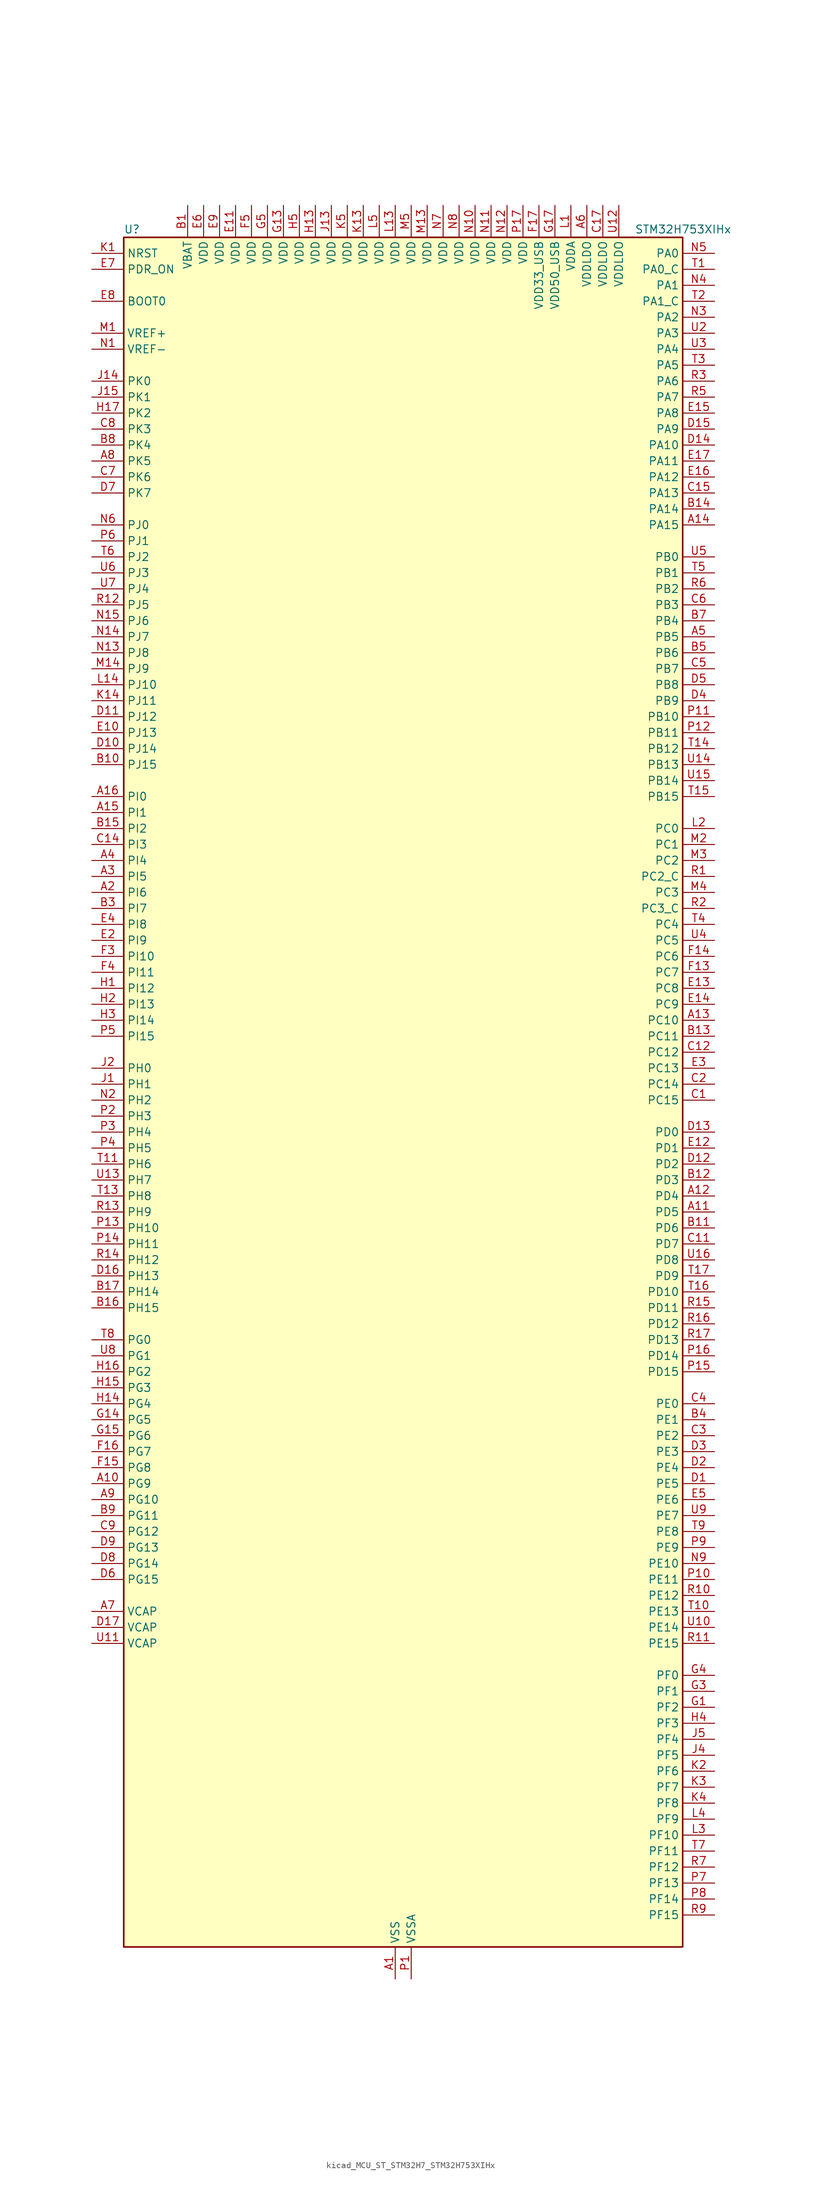
<source format=kicad_sym>
(kicad_symbol_lib
  (version 20220914)
  (generator kicad_symbol_editor)
  (symbol "kicad_MCU_ST_STM32H7_STM32H753XIHx"
    (property "Reference" "U"
      (at -43.18 138.43 0)
      (effects (font (size 1.27 1.27)) (justify left)))
    (property "Value" "STM32H753XIHx"
      (at 38.1 138.43 0)
      (effects (font (size 1.27 1.27)) (justify left)))
    (property "ki_locked" ""
      (at 0 0 0)
      (effects (font (size 1.27 1.27))))
    (symbol "kicad_MCU_ST_STM32H7_STM32H753XIHx_0_1"
      (rectangle (start -43.18 -134.62) (end 45.72 137.16) (stroke (width 0.254) (type default)) (fill (type background))))
    (symbol "kicad_MCU_ST_STM32H7_STM32H753XIHx_1_1"
      (pin power_in line (at 0 -139.7 90) (length 5.08) (name "VSS" (effects (font (size 1.27 1.27)))) (number "A1" (effects (font (size 1.27 1.27)))))
      (pin bidirectional line (at -48.26 -60.96 0) (length 5.08) (name "PG9" (effects (font (size 1.27 1.27)))) (number "A10" (effects (font (size 1.27 1.27)))) (alternate "DAC1_EXTI9" bidirectional line) (alternate "DCMI_VSYNC" bidirectional line) (alternate "FMC_NCE" bidirectional line) (alternate "FMC_NE2" bidirectional line) (alternate "I2S1_SDI" bidirectional line) (alternate "QUADSPI_BK2_IO2" bidirectional line) (alternate "SAI2_FS_B" bidirectional line) (alternate "SPDIFRX1_IN3" bidirectional line) (alternate "SPI1_MISO" bidirectional line) (alternate "USART6_RX" bidirectional line))
      (pin bidirectional line (at 50.8 -17.78 180) (length 5.08) (name "PD5" (effects (font (size 1.27 1.27)))) (number "A11" (effects (font (size 1.27 1.27)))) (alternate "FMC_NWE" bidirectional line) (alternate "HRTIM_EEV3" bidirectional line) (alternate "USART2_TX" bidirectional line))
      (pin bidirectional line (at 50.8 -15.24 180) (length 5.08) (name "PD4" (effects (font (size 1.27 1.27)))) (number "A12" (effects (font (size 1.27 1.27)))) (alternate "FMC_NOE" bidirectional line) (alternate "HRTIM_FLT3" bidirectional line) (alternate "SAI3_FS_A" bidirectional line) (alternate "USART2_DE" bidirectional line) (alternate "USART2_RTS" bidirectional line))
      (pin bidirectional line (at 50.8 12.7 180) (length 5.08) (name "PC10" (effects (font (size 1.27 1.27)))) (number "A13" (effects (font (size 1.27 1.27)))) (alternate "DCMI_D8" bidirectional line) (alternate "DFSDM1_CKIN5" bidirectional line) (alternate "HRTIM_EEV1" bidirectional line) (alternate "I2S3_CK" bidirectional line) (alternate "LTDC_R2" bidirectional line) (alternate "QUADSPI_BK1_IO1" bidirectional line) (alternate "SDMMC1_D2" bidirectional line) (alternate "SPI3_SCK" bidirectional line) (alternate "UART4_TX" bidirectional line) (alternate "USART3_TX" bidirectional line))
      (pin bidirectional line (at 50.8 91.44 180) (length 5.08) (name "PA15" (effects (font (size 1.27 1.27)))) (number "A14" (effects (font (size 1.27 1.27)))) (alternate "ADC1_EXTI15" bidirectional line) (alternate "ADC2_EXTI15" bidirectional line) (alternate "ADC3_EXTI15" bidirectional line) (alternate "CEC" bidirectional line) (alternate "DEBUG_JTDI" bidirectional line) (alternate "HRTIM_FLT1" bidirectional line) (alternate "I2S1_WS" bidirectional line) (alternate "I2S3_WS" bidirectional line) (alternate "SPI1_NSS" bidirectional line) (alternate "SPI3_NSS" bidirectional line) (alternate "SPI6_NSS" bidirectional line) (alternate "TIM2_CH1" bidirectional line) (alternate "TIM2_ETR" bidirectional line) (alternate "UART4_DE" bidirectional line) (alternate "UART4_RTS" bidirectional line) (alternate "UART7_TX" bidirectional line))
      (pin bidirectional line (at -48.26 45.72 0) (length 5.08) (name "PI1" (effects (font (size 1.27 1.27)))) (number "A15" (effects (font (size 1.27 1.27)))) (alternate "DCMI_D8" bidirectional line) (alternate "FMC_D25" bidirectional line) (alternate "I2S2_CK" bidirectional line) (alternate "LTDC_G6" bidirectional line) (alternate "SPI2_SCK" bidirectional line) (alternate "TIM8_BKIN2" bidirectional line) (alternate "TIM8_BKIN2_COMP1" bidirectional line) (alternate "TIM8_BKIN2_COMP2" bidirectional line))
      (pin bidirectional line (at -48.26 48.26 0) (length 5.08) (name "PI0" (effects (font (size 1.27 1.27)))) (number "A16" (effects (font (size 1.27 1.27)))) (alternate "DCMI_D13" bidirectional line) (alternate "FMC_D24" bidirectional line) (alternate "I2S2_WS" bidirectional line) (alternate "LTDC_G5" bidirectional line) (alternate "SPI2_NSS" bidirectional line) (alternate "TIM5_CH4" bidirectional line))
      (pin passive line (at 0 -139.7 90) (length 5.08) hide (name "VSS" (effects (font (size 1.27 1.27)))) (number "A17" (effects (font (size 1.27 1.27)))))
      (pin bidirectional line (at -48.26 33.02 0) (length 5.08) (name "PI6" (effects (font (size 1.27 1.27)))) (number "A2" (effects (font (size 1.27 1.27)))) (alternate "DCMI_D6" bidirectional line) (alternate "FMC_D28" bidirectional line) (alternate "LTDC_B6" bidirectional line) (alternate "SAI2_SD_A" bidirectional line) (alternate "TIM8_CH2" bidirectional line))
      (pin bidirectional line (at -48.26 35.56 0) (length 5.08) (name "PI5" (effects (font (size 1.27 1.27)))) (number "A3" (effects (font (size 1.27 1.27)))) (alternate "DCMI_VSYNC" bidirectional line) (alternate "FMC_NBL3" bidirectional line) (alternate "LTDC_B5" bidirectional line) (alternate "SAI2_SCK_A" bidirectional line) (alternate "TIM8_CH1" bidirectional line))
      (pin bidirectional line (at -48.26 38.1 0) (length 5.08) (name "PI4" (effects (font (size 1.27 1.27)))) (number "A4" (effects (font (size 1.27 1.27)))) (alternate "DCMI_D5" bidirectional line) (alternate "FMC_NBL2" bidirectional line) (alternate "LTDC_B4" bidirectional line) (alternate "SAI2_MCLK_A" bidirectional line) (alternate "TIM8_BKIN" bidirectional line) (alternate "TIM8_BKIN_COMP1" bidirectional line) (alternate "TIM8_BKIN_COMP2" bidirectional line))
      (pin bidirectional line (at 50.8 73.66 180) (length 5.08) (name "PB5" (effects (font (size 1.27 1.27)))) (number "A5" (effects (font (size 1.27 1.27)))) (alternate "DCMI_D10" bidirectional line) (alternate "ETH_PPS_OUT" bidirectional line) (alternate "FDCAN2_RX" bidirectional line) (alternate "FMC_SDCKE1" bidirectional line) (alternate "HRTIM_EEV7" bidirectional line) (alternate "I2C1_SMBA" bidirectional line) (alternate "I2C4_SMBA" bidirectional line) (alternate "I2S1_SDO" bidirectional line) (alternate "I2S3_SDO" bidirectional line) (alternate "SPI1_MOSI" bidirectional line) (alternate "SPI3_MOSI" bidirectional line) (alternate "SPI6_MOSI" bidirectional line) (alternate "TIM17_BKIN" bidirectional line) (alternate "TIM3_CH2" bidirectional line) (alternate "UART5_RX" bidirectional line) (alternate "USB_OTG_HS_ULPI_D7" bidirectional line))
      (pin power_in line (at 30.48 142.24 270) (length 5.08) (name "VDDLDO" (effects (font (size 1.27 1.27)))) (number "A6" (effects (font (size 1.27 1.27)))))
      (pin power_out line (at -48.26 -81.28 0) (length 5.08) (name "VCAP" (effects (font (size 1.27 1.27)))) (number "A7" (effects (font (size 1.27 1.27)))))
      (pin bidirectional line (at -48.26 101.6 0) (length 5.08) (name "PK5" (effects (font (size 1.27 1.27)))) (number "A8" (effects (font (size 1.27 1.27)))) (alternate "LTDC_B6" bidirectional line))
      (pin bidirectional line (at -48.26 -63.5 0) (length 5.08) (name "PG10" (effects (font (size 1.27 1.27)))) (number "A9" (effects (font (size 1.27 1.27)))) (alternate "DCMI_D2" bidirectional line) (alternate "FMC_NE3" bidirectional line) (alternate "HRTIM_FLT5" bidirectional line) (alternate "I2S1_WS" bidirectional line) (alternate "LTDC_B2" bidirectional line) (alternate "LTDC_G3" bidirectional line) (alternate "SAI2_SD_B" bidirectional line) (alternate "SPI1_NSS" bidirectional line))
      (pin power_in line (at -33.02 142.24 270) (length 5.08) (name "VBAT" (effects (font (size 1.27 1.27)))) (number "B1" (effects (font (size 1.27 1.27)))))
      (pin bidirectional line (at -48.26 53.34 0) (length 5.08) (name "PJ15" (effects (font (size 1.27 1.27)))) (number "B10" (effects (font (size 1.27 1.27)))) (alternate "ADC1_EXTI15" bidirectional line) (alternate "ADC2_EXTI15" bidirectional line) (alternate "ADC3_EXTI15" bidirectional line) (alternate "LTDC_B3" bidirectional line))
      (pin bidirectional line (at 50.8 -20.32 180) (length 5.08) (name "PD6" (effects (font (size 1.27 1.27)))) (number "B11" (effects (font (size 1.27 1.27)))) (alternate "DCMI_D10" bidirectional line) (alternate "DFSDM1_CKIN4" bidirectional line) (alternate "DFSDM1_DATIN1" bidirectional line) (alternate "FMC_NWAIT" bidirectional line) (alternate "I2S3_SDO" bidirectional line) (alternate "LTDC_B2" bidirectional line) (alternate "SAI1_D1" bidirectional line) (alternate "SAI1_SD_A" bidirectional line) (alternate "SAI4_D1" bidirectional line) (alternate "SAI4_SD_A" bidirectional line) (alternate "SDMMC2_CK" bidirectional line) (alternate "SPI3_MOSI" bidirectional line) (alternate "USART2_RX" bidirectional line))
      (pin bidirectional line (at 50.8 -12.7 180) (length 5.08) (name "PD3" (effects (font (size 1.27 1.27)))) (number "B12" (effects (font (size 1.27 1.27)))) (alternate "DCMI_D5" bidirectional line) (alternate "DFSDM1_CKOUT" bidirectional line) (alternate "FMC_CLK" bidirectional line) (alternate "I2S2_CK" bidirectional line) (alternate "LTDC_G7" bidirectional line) (alternate "SPI2_SCK" bidirectional line) (alternate "USART2_CTS" bidirectional line) (alternate "USART2_NSS" bidirectional line))
      (pin bidirectional line (at 50.8 10.16 180) (length 5.08) (name "PC11" (effects (font (size 1.27 1.27)))) (number "B13" (effects (font (size 1.27 1.27)))) (alternate "ADC1_EXTI11" bidirectional line) (alternate "ADC2_EXTI11" bidirectional line) (alternate "ADC3_EXTI11" bidirectional line) (alternate "DCMI_D4" bidirectional line) (alternate "DFSDM1_DATIN5" bidirectional line) (alternate "HRTIM_FLT2" bidirectional line) (alternate "I2S3_SDI" bidirectional line) (alternate "QUADSPI_BK2_NCS" bidirectional line) (alternate "SDMMC1_D3" bidirectional line) (alternate "SPI3_MISO" bidirectional line) (alternate "UART4_RX" bidirectional line) (alternate "USART3_RX" bidirectional line))
      (pin bidirectional line (at 50.8 93.98 180) (length 5.08) (name "PA14" (effects (font (size 1.27 1.27)))) (number "B14" (effects (font (size 1.27 1.27)))) (alternate "DEBUG_JTCK-SWCLK" bidirectional line))
      (pin bidirectional line (at -48.26 43.18 0) (length 5.08) (name "PI2" (effects (font (size 1.27 1.27)))) (number "B15" (effects (font (size 1.27 1.27)))) (alternate "DCMI_D9" bidirectional line) (alternate "FMC_D26" bidirectional line) (alternate "I2S2_SDI" bidirectional line) (alternate "LTDC_G7" bidirectional line) (alternate "SPI2_MISO" bidirectional line) (alternate "TIM8_CH4" bidirectional line))
      (pin bidirectional line (at -48.26 -33.02 0) (length 5.08) (name "PH15" (effects (font (size 1.27 1.27)))) (number "B16" (effects (font (size 1.27 1.27)))) (alternate "ADC1_EXTI15" bidirectional line) (alternate "ADC2_EXTI15" bidirectional line) (alternate "ADC3_EXTI15" bidirectional line) (alternate "DCMI_D11" bidirectional line) (alternate "FMC_D23" bidirectional line) (alternate "LTDC_G4" bidirectional line) (alternate "TIM8_CH3N" bidirectional line))
      (pin bidirectional line (at -48.26 -30.48 0) (length 5.08) (name "PH14" (effects (font (size 1.27 1.27)))) (number "B17" (effects (font (size 1.27 1.27)))) (alternate "DCMI_D4" bidirectional line) (alternate "FDCAN1_RX" bidirectional line) (alternate "FMC_D22" bidirectional line) (alternate "LTDC_G3" bidirectional line) (alternate "TIM8_CH2N" bidirectional line) (alternate "UART4_RX" bidirectional line))
      (pin passive line (at 0 -139.7 90) (length 5.08) hide (name "VSS" (effects (font (size 1.27 1.27)))) (number "B2" (effects (font (size 1.27 1.27)))))
      (pin bidirectional line (at -48.26 30.48 0) (length 5.08) (name "PI7" (effects (font (size 1.27 1.27)))) (number "B3" (effects (font (size 1.27 1.27)))) (alternate "DCMI_D7" bidirectional line) (alternate "FMC_D29" bidirectional line) (alternate "LTDC_B7" bidirectional line) (alternate "SAI2_FS_A" bidirectional line) (alternate "TIM8_CH3" bidirectional line))
      (pin bidirectional line (at 50.8 -50.8 180) (length 5.08) (name "PE1" (effects (font (size 1.27 1.27)))) (number "B4" (effects (font (size 1.27 1.27)))) (alternate "DCMI_D3" bidirectional line) (alternate "FMC_NBL1" bidirectional line) (alternate "HRTIM_SCOUT" bidirectional line) (alternate "LPTIM1_IN2" bidirectional line) (alternate "UART8_TX" bidirectional line))
      (pin bidirectional line (at 50.8 71.12 180) (length 5.08) (name "PB6" (effects (font (size 1.27 1.27)))) (number "B5" (effects (font (size 1.27 1.27)))) (alternate "CEC" bidirectional line) (alternate "DCMI_D5" bidirectional line) (alternate "DFSDM1_DATIN5" bidirectional line) (alternate "FDCAN2_TX" bidirectional line) (alternate "FMC_SDNE1" bidirectional line) (alternate "HRTIM_EEV8" bidirectional line) (alternate "I2C1_SCL" bidirectional line) (alternate "I2C4_SCL" bidirectional line) (alternate "LPUART1_TX" bidirectional line) (alternate "QUADSPI_BK1_NCS" bidirectional line) (alternate "TIM16_CH1N" bidirectional line) (alternate "TIM4_CH1" bidirectional line) (alternate "UART5_TX" bidirectional line) (alternate "USART1_TX" bidirectional line))
      (pin passive line (at 0 -139.7 90) (length 5.08) hide (name "VSS" (effects (font (size 1.27 1.27)))) (number "B6" (effects (font (size 1.27 1.27)))))
      (pin bidirectional line (at 50.8 76.2 180) (length 5.08) (name "PB4" (effects (font (size 1.27 1.27)))) (number "B7" (effects (font (size 1.27 1.27)))) (alternate "DEBUG_JTRST" bidirectional line) (alternate "HRTIM_EEV6" bidirectional line) (alternate "I2S1_SDI" bidirectional line) (alternate "I2S2_WS" bidirectional line) (alternate "I2S3_SDI" bidirectional line) (alternate "SDMMC2_D3" bidirectional line) (alternate "SPI1_MISO" bidirectional line) (alternate "SPI2_NSS" bidirectional line) (alternate "SPI3_MISO" bidirectional line) (alternate "SPI6_MISO" bidirectional line) (alternate "TIM16_BKIN" bidirectional line) (alternate "TIM3_CH1" bidirectional line) (alternate "UART7_TX" bidirectional line))
      (pin bidirectional line (at -48.26 104.14 0) (length 5.08) (name "PK4" (effects (font (size 1.27 1.27)))) (number "B8" (effects (font (size 1.27 1.27)))) (alternate "LTDC_B5" bidirectional line))
      (pin bidirectional line (at -48.26 -66.04 0) (length 5.08) (name "PG11" (effects (font (size 1.27 1.27)))) (number "B9" (effects (font (size 1.27 1.27)))) (alternate "ADC1_EXTI11" bidirectional line) (alternate "ADC2_EXTI11" bidirectional line) (alternate "ADC3_EXTI11" bidirectional line) (alternate "DCMI_D3" bidirectional line) (alternate "ETH_TX_EN" bidirectional line) (alternate "HRTIM_EEV4" bidirectional line) (alternate "I2S1_CK" bidirectional line) (alternate "LPTIM1_IN2" bidirectional line) (alternate "LTDC_B3" bidirectional line) (alternate "SDMMC2_D2" bidirectional line) (alternate "SPDIFRX1_IN0" bidirectional line) (alternate "SPI1_SCK" bidirectional line))
      (pin bidirectional line (at 50.8 0 180) (length 5.08) (name "PC15" (effects (font (size 1.27 1.27)))) (number "C1" (effects (font (size 1.27 1.27)))) (alternate "ADC1_EXTI15" bidirectional line) (alternate "ADC2_EXTI15" bidirectional line) (alternate "ADC3_EXTI15" bidirectional line) (alternate "RCC_OSC32_OUT" bidirectional line))
      (pin passive line (at 0 -139.7 90) (length 5.08) hide (name "VSS" (effects (font (size 1.27 1.27)))) (number "C10" (effects (font (size 1.27 1.27)))))
      (pin bidirectional line (at 50.8 -22.86 180) (length 5.08) (name "PD7" (effects (font (size 1.27 1.27)))) (number "C11" (effects (font (size 1.27 1.27)))) (alternate "DFSDM1_CKIN1" bidirectional line) (alternate "DFSDM1_DATIN4" bidirectional line) (alternate "FMC_NE1" bidirectional line) (alternate "I2S1_SDO" bidirectional line) (alternate "SDMMC2_CMD" bidirectional line) (alternate "SPDIFRX1_IN0" bidirectional line) (alternate "SPI1_MOSI" bidirectional line) (alternate "USART2_CK" bidirectional line))
      (pin bidirectional line (at 50.8 7.62 180) (length 5.08) (name "PC12" (effects (font (size 1.27 1.27)))) (number "C12" (effects (font (size 1.27 1.27)))) (alternate "DCMI_D9" bidirectional line) (alternate "DEBUG_TRACED3" bidirectional line) (alternate "HRTIM_EEV2" bidirectional line) (alternate "I2S3_SDO" bidirectional line) (alternate "SDMMC1_CK" bidirectional line) (alternate "SPI3_MOSI" bidirectional line) (alternate "UART5_TX" bidirectional line) (alternate "USART3_CK" bidirectional line))
      (pin passive line (at 0 -139.7 90) (length 5.08) hide (name "VSS" (effects (font (size 1.27 1.27)))) (number "C13" (effects (font (size 1.27 1.27)))))
      (pin bidirectional line (at -48.26 40.64 0) (length 5.08) (name "PI3" (effects (font (size 1.27 1.27)))) (number "C14" (effects (font (size 1.27 1.27)))) (alternate "DCMI_D10" bidirectional line) (alternate "FMC_D27" bidirectional line) (alternate "I2S2_SDO" bidirectional line) (alternate "SPI2_MOSI" bidirectional line) (alternate "TIM8_ETR" bidirectional line))
      (pin bidirectional line (at 50.8 96.52 180) (length 5.08) (name "PA13" (effects (font (size 1.27 1.27)))) (number "C15" (effects (font (size 1.27 1.27)))) (alternate "DEBUG_JTMS-SWDIO" bidirectional line))
      (pin passive line (at 0 -139.7 90) (length 5.08) hide (name "VSS" (effects (font (size 1.27 1.27)))) (number "C16" (effects (font (size 1.27 1.27)))))
      (pin power_in line (at 33.02 142.24 270) (length 5.08) (name "VDDLDO" (effects (font (size 1.27 1.27)))) (number "C17" (effects (font (size 1.27 1.27)))))
      (pin bidirectional line (at 50.8 2.54 180) (length 5.08) (name "PC14" (effects (font (size 1.27 1.27)))) (number "C2" (effects (font (size 1.27 1.27)))) (alternate "RCC_OSC32_IN" bidirectional line))
      (pin bidirectional line (at 50.8 -53.34 180) (length 5.08) (name "PE2" (effects (font (size 1.27 1.27)))) (number "C3" (effects (font (size 1.27 1.27)))) (alternate "DEBUG_TRACECLK" bidirectional line) (alternate "ETH_TXD3" bidirectional line) (alternate "FMC_A23" bidirectional line) (alternate "QUADSPI_BK1_IO2" bidirectional line) (alternate "SAI1_CK1" bidirectional line) (alternate "SAI1_MCLK_A" bidirectional line) (alternate "SAI4_CK1" bidirectional line) (alternate "SAI4_MCLK_A" bidirectional line) (alternate "SPI4_SCK" bidirectional line))
      (pin bidirectional line (at 50.8 -48.26 180) (length 5.08) (name "PE0" (effects (font (size 1.27 1.27)))) (number "C4" (effects (font (size 1.27 1.27)))) (alternate "DCMI_D2" bidirectional line) (alternate "FMC_NBL0" bidirectional line) (alternate "HRTIM_SCIN" bidirectional line) (alternate "LPTIM1_ETR" bidirectional line) (alternate "LPTIM2_ETR" bidirectional line) (alternate "SAI2_MCLK_A" bidirectional line) (alternate "TIM4_ETR" bidirectional line) (alternate "UART8_RX" bidirectional line))
      (pin bidirectional line (at 50.8 68.58 180) (length 5.08) (name "PB7" (effects (font (size 1.27 1.27)))) (number "C5" (effects (font (size 1.27 1.27)))) (alternate "DCMI_VSYNC" bidirectional line) (alternate "DFSDM1_CKIN5" bidirectional line) (alternate "FMC_NL" bidirectional line) (alternate "HRTIM_EEV9" bidirectional line) (alternate "I2C1_SDA" bidirectional line) (alternate "I2C4_SDA" bidirectional line) (alternate "LPUART1_RX" bidirectional line) (alternate "PWR_PVD_IN" bidirectional line) (alternate "TIM17_CH1N" bidirectional line) (alternate "TIM4_CH2" bidirectional line) (alternate "USART1_RX" bidirectional line))
      (pin bidirectional line (at 50.8 78.74 180) (length 5.08) (name "PB3" (effects (font (size 1.27 1.27)))) (number "C6" (effects (font (size 1.27 1.27)))) (alternate "CRS_SYNC" bidirectional line) (alternate "DEBUG_JTDO-SWO" bidirectional line) (alternate "HRTIM_FLT4" bidirectional line) (alternate "I2S1_CK" bidirectional line) (alternate "I2S3_CK" bidirectional line) (alternate "SDMMC2_D2" bidirectional line) (alternate "SPI1_SCK" bidirectional line) (alternate "SPI3_SCK" bidirectional line) (alternate "SPI6_SCK" bidirectional line) (alternate "TIM2_CH2" bidirectional line) (alternate "UART7_RX" bidirectional line))
      (pin bidirectional line (at -48.26 99.06 0) (length 5.08) (name "PK6" (effects (font (size 1.27 1.27)))) (number "C7" (effects (font (size 1.27 1.27)))) (alternate "LTDC_B7" bidirectional line))
      (pin bidirectional line (at -48.26 106.68 0) (length 5.08) (name "PK3" (effects (font (size 1.27 1.27)))) (number "C8" (effects (font (size 1.27 1.27)))) (alternate "LTDC_B4" bidirectional line))
      (pin bidirectional line (at -48.26 -68.58 0) (length 5.08) (name "PG12" (effects (font (size 1.27 1.27)))) (number "C9" (effects (font (size 1.27 1.27)))) (alternate "ETH_TXD1" bidirectional line) (alternate "FMC_NE4" bidirectional line) (alternate "HRTIM_EEV5" bidirectional line) (alternate "LPTIM1_IN1" bidirectional line) (alternate "LTDC_B1" bidirectional line) (alternate "LTDC_B4" bidirectional line) (alternate "SPDIFRX1_IN1" bidirectional line) (alternate "SPI6_MISO" bidirectional line) (alternate "USART6_DE" bidirectional line) (alternate "USART6_RTS" bidirectional line))
      (pin bidirectional line (at 50.8 -60.96 180) (length 5.08) (name "PE5" (effects (font (size 1.27 1.27)))) (number "D1" (effects (font (size 1.27 1.27)))) (alternate "DCMI_D6" bidirectional line) (alternate "DEBUG_TRACED2" bidirectional line) (alternate "DFSDM1_CKIN3" bidirectional line) (alternate "FMC_A21" bidirectional line) (alternate "LTDC_G0" bidirectional line) (alternate "SAI1_CK2" bidirectional line) (alternate "SAI1_SCK_A" bidirectional line) (alternate "SAI4_CK2" bidirectional line) (alternate "SAI4_SCK_A" bidirectional line) (alternate "SPI4_MISO" bidirectional line) (alternate "TIM15_CH1" bidirectional line))
      (pin bidirectional line (at -48.26 55.88 0) (length 5.08) (name "PJ14" (effects (font (size 1.27 1.27)))) (number "D10" (effects (font (size 1.27 1.27)))) (alternate "LTDC_B2" bidirectional line))
      (pin bidirectional line (at -48.26 60.96 0) (length 5.08) (name "PJ12" (effects (font (size 1.27 1.27)))) (number "D11" (effects (font (size 1.27 1.27)))) (alternate "DEBUG_TRGOUT" bidirectional line) (alternate "LTDC_B0" bidirectional line) (alternate "LTDC_G3" bidirectional line))
      (pin bidirectional line (at 50.8 -10.16 180) (length 5.08) (name "PD2" (effects (font (size 1.27 1.27)))) (number "D12" (effects (font (size 1.27 1.27)))) (alternate "DCMI_D11" bidirectional line) (alternate "DEBUG_TRACED2" bidirectional line) (alternate "SDMMC1_CMD" bidirectional line) (alternate "TIM3_ETR" bidirectional line) (alternate "UART5_RX" bidirectional line))
      (pin bidirectional line (at 50.8 -5.08 180) (length 5.08) (name "PD0" (effects (font (size 1.27 1.27)))) (number "D13" (effects (font (size 1.27 1.27)))) (alternate "DFSDM1_CKIN6" bidirectional line) (alternate "FDCAN1_RX" bidirectional line) (alternate "FMC_D2" bidirectional line) (alternate "FMC_DA2" bidirectional line) (alternate "SAI3_SCK_A" bidirectional line) (alternate "UART4_RX" bidirectional line))
      (pin bidirectional line (at 50.8 104.14 180) (length 5.08) (name "PA10" (effects (font (size 1.27 1.27)))) (number "D14" (effects (font (size 1.27 1.27)))) (alternate "DCMI_D1" bidirectional line) (alternate "HRTIM_CHC2" bidirectional line) (alternate "LPUART1_RX" bidirectional line) (alternate "LTDC_B1" bidirectional line) (alternate "LTDC_B4" bidirectional line) (alternate "MDIOS_MDIO" bidirectional line) (alternate "TIM1_CH3" bidirectional line) (alternate "USART1_RX" bidirectional line) (alternate "USB_OTG_FS_ID" bidirectional line))
      (pin bidirectional line (at 50.8 106.68 180) (length 5.08) (name "PA9" (effects (font (size 1.27 1.27)))) (number "D15" (effects (font (size 1.27 1.27)))) (alternate "DAC1_EXTI9" bidirectional line) (alternate "DCMI_D0" bidirectional line) (alternate "HRTIM_CHC1" bidirectional line) (alternate "I2C3_SMBA" bidirectional line) (alternate "I2S2_CK" bidirectional line) (alternate "LPUART1_TX" bidirectional line) (alternate "LTDC_R5" bidirectional line) (alternate "SPI2_SCK" bidirectional line) (alternate "TIM1_CH2" bidirectional line) (alternate "USART1_TX" bidirectional line) (alternate "USB_OTG_FS_VBUS" bidirectional line))
      (pin bidirectional line (at -48.26 -27.94 0) (length 5.08) (name "PH13" (effects (font (size 1.27 1.27)))) (number "D16" (effects (font (size 1.27 1.27)))) (alternate "FDCAN1_TX" bidirectional line) (alternate "FMC_D21" bidirectional line) (alternate "LTDC_G2" bidirectional line) (alternate "TIM8_CH1N" bidirectional line) (alternate "UART4_TX" bidirectional line))
      (pin power_out line (at -48.26 -83.82 0) (length 5.08) (name "VCAP" (effects (font (size 1.27 1.27)))) (number "D17" (effects (font (size 1.27 1.27)))))
      (pin bidirectional line (at 50.8 -58.42 180) (length 5.08) (name "PE4" (effects (font (size 1.27 1.27)))) (number "D2" (effects (font (size 1.27 1.27)))) (alternate "DCMI_D4" bidirectional line) (alternate "DEBUG_TRACED1" bidirectional line) (alternate "DFSDM1_DATIN3" bidirectional line) (alternate "FMC_A20" bidirectional line) (alternate "LTDC_B0" bidirectional line) (alternate "SAI1_D2" bidirectional line) (alternate "SAI1_FS_A" bidirectional line) (alternate "SAI4_D2" bidirectional line) (alternate "SAI4_FS_A" bidirectional line) (alternate "SPI4_NSS" bidirectional line) (alternate "TIM15_CH1N" bidirectional line))
      (pin bidirectional line (at 50.8 -55.88 180) (length 5.08) (name "PE3" (effects (font (size 1.27 1.27)))) (number "D3" (effects (font (size 1.27 1.27)))) (alternate "DEBUG_TRACED0" bidirectional line) (alternate "FMC_A19" bidirectional line) (alternate "SAI1_SD_B" bidirectional line) (alternate "SAI4_SD_B" bidirectional line) (alternate "TIM15_BKIN" bidirectional line))
      (pin bidirectional line (at 50.8 63.5 180) (length 5.08) (name "PB9" (effects (font (size 1.27 1.27)))) (number "D4" (effects (font (size 1.27 1.27)))) (alternate "DAC1_EXTI9" bidirectional line) (alternate "DCMI_D7" bidirectional line) (alternate "DFSDM1_DATIN7" bidirectional line) (alternate "FDCAN1_TX" bidirectional line) (alternate "I2C1_SDA" bidirectional line) (alternate "I2C4_SDA" bidirectional line) (alternate "I2C4_SMBA" bidirectional line) (alternate "I2S2_WS" bidirectional line) (alternate "LTDC_B7" bidirectional line) (alternate "SDMMC1_CDIR" bidirectional line) (alternate "SDMMC1_D5" bidirectional line) (alternate "SDMMC2_D5" bidirectional line) (alternate "SPI2_NSS" bidirectional line) (alternate "TIM17_CH1" bidirectional line) (alternate "TIM4_CH4" bidirectional line) (alternate "UART4_TX" bidirectional line))
      (pin bidirectional line (at 50.8 66.04 180) (length 5.08) (name "PB8" (effects (font (size 1.27 1.27)))) (number "D5" (effects (font (size 1.27 1.27)))) (alternate "DCMI_D6" bidirectional line) (alternate "DFSDM1_CKIN7" bidirectional line) (alternate "ETH_TXD3" bidirectional line) (alternate "FDCAN1_RX" bidirectional line) (alternate "I2C1_SCL" bidirectional line) (alternate "I2C4_SCL" bidirectional line) (alternate "LTDC_B6" bidirectional line) (alternate "SDMMC1_CKIN" bidirectional line) (alternate "SDMMC1_D4" bidirectional line) (alternate "SDMMC2_D4" bidirectional line) (alternate "TIM16_CH1" bidirectional line) (alternate "TIM4_CH3" bidirectional line) (alternate "UART4_RX" bidirectional line))
      (pin bidirectional line (at -48.26 -76.2 0) (length 5.08) (name "PG15" (effects (font (size 1.27 1.27)))) (number "D6" (effects (font (size 1.27 1.27)))) (alternate "ADC1_EXTI15" bidirectional line) (alternate "ADC2_EXTI15" bidirectional line) (alternate "ADC3_EXTI15" bidirectional line) (alternate "DCMI_D13" bidirectional line) (alternate "FMC_SDNCAS" bidirectional line) (alternate "USART6_CTS" bidirectional line) (alternate "USART6_NSS" bidirectional line))
      (pin bidirectional line (at -48.26 96.52 0) (length 5.08) (name "PK7" (effects (font (size 1.27 1.27)))) (number "D7" (effects (font (size 1.27 1.27)))) (alternate "LTDC_DE" bidirectional line))
      (pin bidirectional line (at -48.26 -73.66 0) (length 5.08) (name "PG14" (effects (font (size 1.27 1.27)))) (number "D8" (effects (font (size 1.27 1.27)))) (alternate "DEBUG_TRACED1" bidirectional line) (alternate "ETH_TXD1" bidirectional line) (alternate "FMC_A25" bidirectional line) (alternate "LPTIM1_ETR" bidirectional line) (alternate "LTDC_B0" bidirectional line) (alternate "QUADSPI_BK2_IO3" bidirectional line) (alternate "SPI6_MOSI" bidirectional line) (alternate "USART6_TX" bidirectional line))
      (pin bidirectional line (at -48.26 -71.12 0) (length 5.08) (name "PG13" (effects (font (size 1.27 1.27)))) (number "D9" (effects (font (size 1.27 1.27)))) (alternate "DEBUG_TRACED0" bidirectional line) (alternate "ETH_TXD0" bidirectional line) (alternate "FMC_A24" bidirectional line) (alternate "HRTIM_EEV10" bidirectional line) (alternate "LPTIM1_OUT" bidirectional line) (alternate "LTDC_R0" bidirectional line) (alternate "SPI6_SCK" bidirectional line) (alternate "USART6_CTS" bidirectional line) (alternate "USART6_NSS" bidirectional line))
      (pin no_connect line (at -43.18 -134.62 0) (length 5.08) hide (name "NC" (effects (font (size 1.27 1.27)))) (number "E1" (effects (font (size 1.27 1.27)))))
      (pin bidirectional line (at -48.26 58.42 0) (length 5.08) (name "PJ13" (effects (font (size 1.27 1.27)))) (number "E10" (effects (font (size 1.27 1.27)))) (alternate "LTDC_B1" bidirectional line) (alternate "LTDC_B4" bidirectional line))
      (pin power_in line (at -25.4 142.24 270) (length 5.08) (name "VDD" (effects (font (size 1.27 1.27)))) (number "E11" (effects (font (size 1.27 1.27)))))
      (pin bidirectional line (at 50.8 -7.62 180) (length 5.08) (name "PD1" (effects (font (size 1.27 1.27)))) (number "E12" (effects (font (size 1.27 1.27)))) (alternate "DFSDM1_DATIN6" bidirectional line) (alternate "FDCAN1_TX" bidirectional line) (alternate "FMC_D3" bidirectional line) (alternate "FMC_DA3" bidirectional line) (alternate "SAI3_SD_A" bidirectional line) (alternate "UART4_TX" bidirectional line))
      (pin bidirectional line (at 50.8 17.78 180) (length 5.08) (name "PC8" (effects (font (size 1.27 1.27)))) (number "E13" (effects (font (size 1.27 1.27)))) (alternate "DCMI_D2" bidirectional line) (alternate "DEBUG_TRACED1" bidirectional line) (alternate "FMC_NCE" bidirectional line) (alternate "FMC_NE2" bidirectional line) (alternate "HRTIM_CHB1" bidirectional line) (alternate "SDMMC1_D0" bidirectional line) (alternate "SWPMI1_RX" bidirectional line) (alternate "TIM3_CH3" bidirectional line) (alternate "TIM8_CH3" bidirectional line) (alternate "UART5_DE" bidirectional line) (alternate "UART5_RTS" bidirectional line) (alternate "USART6_CK" bidirectional line))
      (pin bidirectional line (at 50.8 15.24 180) (length 5.08) (name "PC9" (effects (font (size 1.27 1.27)))) (number "E14" (effects (font (size 1.27 1.27)))) (alternate "DAC1_EXTI9" bidirectional line) (alternate "DCMI_D3" bidirectional line) (alternate "I2C3_SDA" bidirectional line) (alternate "I2S_CKIN" bidirectional line) (alternate "LTDC_B2" bidirectional line) (alternate "LTDC_G3" bidirectional line) (alternate "QUADSPI_BK1_IO0" bidirectional line) (alternate "RCC_MCO_2" bidirectional line) (alternate "SDMMC1_D1" bidirectional line) (alternate "SWPMI1_SUSPEND" bidirectional line) (alternate "TIM3_CH4" bidirectional line) (alternate "TIM8_CH4" bidirectional line) (alternate "UART5_CTS" bidirectional line))
      (pin bidirectional line (at 50.8 109.22 180) (length 5.08) (name "PA8" (effects (font (size 1.27 1.27)))) (number "E15" (effects (font (size 1.27 1.27)))) (alternate "HRTIM_CHB2" bidirectional line) (alternate "I2C3_SCL" bidirectional line) (alternate "LTDC_B3" bidirectional line) (alternate "LTDC_R6" bidirectional line) (alternate "RCC_MCO_1" bidirectional line) (alternate "TIM1_CH1" bidirectional line) (alternate "TIM8_BKIN2" bidirectional line) (alternate "TIM8_BKIN2_COMP1" bidirectional line) (alternate "TIM8_BKIN2_COMP2" bidirectional line) (alternate "UART7_RX" bidirectional line) (alternate "USART1_CK" bidirectional line) (alternate "USB_OTG_FS_SOF" bidirectional line))
      (pin bidirectional line (at 50.8 99.06 180) (length 5.08) (name "PA12" (effects (font (size 1.27 1.27)))) (number "E16" (effects (font (size 1.27 1.27)))) (alternate "FDCAN1_TX" bidirectional line) (alternate "HRTIM_CHD2" bidirectional line) (alternate "I2S2_CK" bidirectional line) (alternate "LPUART1_DE" bidirectional line) (alternate "LPUART1_RTS" bidirectional line) (alternate "LTDC_R5" bidirectional line) (alternate "SAI2_FS_B" bidirectional line) (alternate "SPI2_SCK" bidirectional line) (alternate "TIM1_ETR" bidirectional line) (alternate "UART4_TX" bidirectional line) (alternate "USART1_DE" bidirectional line) (alternate "USART1_RTS" bidirectional line) (alternate "USB_OTG_FS_DP" bidirectional line))
      (pin bidirectional line (at 50.8 101.6 180) (length 5.08) (name "PA11" (effects (font (size 1.27 1.27)))) (number "E17" (effects (font (size 1.27 1.27)))) (alternate "ADC1_EXTI11" bidirectional line) (alternate "ADC2_EXTI11" bidirectional line) (alternate "ADC3_EXTI11" bidirectional line) (alternate "FDCAN1_RX" bidirectional line) (alternate "HRTIM_CHD1" bidirectional line) (alternate "I2S2_WS" bidirectional line) (alternate "LPUART1_CTS" bidirectional line) (alternate "LTDC_R4" bidirectional line) (alternate "SPI2_NSS" bidirectional line) (alternate "TIM1_CH4" bidirectional line) (alternate "UART4_RX" bidirectional line) (alternate "USART1_CTS" bidirectional line) (alternate "USART1_NSS" bidirectional line) (alternate "USB_OTG_FS_DM" bidirectional line))
      (pin bidirectional line (at -48.26 25.4 0) (length 5.08) (name "PI9" (effects (font (size 1.27 1.27)))) (number "E2" (effects (font (size 1.27 1.27)))) (alternate "DAC1_EXTI9" bidirectional line) (alternate "FDCAN1_RX" bidirectional line) (alternate "FMC_D30" bidirectional line) (alternate "LTDC_VSYNC" bidirectional line) (alternate "UART4_RX" bidirectional line))
      (pin bidirectional line (at 50.8 5.08 180) (length 5.08) (name "PC13" (effects (font (size 1.27 1.27)))) (number "E3" (effects (font (size 1.27 1.27)))) (alternate "PWR_WKUP2" bidirectional line) (alternate "RTC_OUT_ALARM" bidirectional line) (alternate "RTC_OUT_CALIB" bidirectional line) (alternate "RTC_TAMP1" bidirectional line) (alternate "RTC_TS" bidirectional line))
      (pin bidirectional line (at -48.26 27.94 0) (length 5.08) (name "PI8" (effects (font (size 1.27 1.27)))) (number "E4" (effects (font (size 1.27 1.27)))) (alternate "PWR_WKUP3" bidirectional line) (alternate "RTC_TAMP2" bidirectional line))
      (pin bidirectional line (at 50.8 -63.5 180) (length 5.08) (name "PE6" (effects (font (size 1.27 1.27)))) (number "E5" (effects (font (size 1.27 1.27)))) (alternate "DCMI_D7" bidirectional line) (alternate "DEBUG_TRACED3" bidirectional line) (alternate "FMC_A22" bidirectional line) (alternate "LTDC_G1" bidirectional line) (alternate "SAI1_D1" bidirectional line) (alternate "SAI1_SD_A" bidirectional line) (alternate "SAI2_MCLK_B" bidirectional line) (alternate "SAI4_D1" bidirectional line) (alternate "SAI4_SD_A" bidirectional line) (alternate "SPI4_MOSI" bidirectional line) (alternate "TIM15_CH2" bidirectional line) (alternate "TIM1_BKIN2" bidirectional line) (alternate "TIM1_BKIN2_COMP1" bidirectional line) (alternate "TIM1_BKIN2_COMP2" bidirectional line))
      (pin power_in line (at -30.48 142.24 270) (length 5.08) (name "VDD" (effects (font (size 1.27 1.27)))) (number "E6" (effects (font (size 1.27 1.27)))))
      (pin input line (at -48.26 132.08 0) (length 5.08) (name "PDR_ON" (effects (font (size 1.27 1.27)))) (number "E7" (effects (font (size 1.27 1.27)))))
      (pin input line (at -48.26 127 0) (length 5.08) (name "BOOT0" (effects (font (size 1.27 1.27)))) (number "E8" (effects (font (size 1.27 1.27)))))
      (pin power_in line (at -27.94 142.24 270) (length 5.08) (name "VDD" (effects (font (size 1.27 1.27)))) (number "E9" (effects (font (size 1.27 1.27)))))
      (pin passive line (at 0 -139.7 90) (length 5.08) hide (name "VSS" (effects (font (size 1.27 1.27)))) (number "F1" (effects (font (size 1.27 1.27)))))
      (pin bidirectional line (at 50.8 20.32 180) (length 5.08) (name "PC7" (effects (font (size 1.27 1.27)))) (number "F13" (effects (font (size 1.27 1.27)))) (alternate "DCMI_D1" bidirectional line) (alternate "DEBUG_TRGIO" bidirectional line) (alternate "DFSDM1_DATIN3" bidirectional line) (alternate "FMC_NE1" bidirectional line) (alternate "HRTIM_CHA2" bidirectional line) (alternate "I2S3_MCK" bidirectional line) (alternate "LTDC_G6" bidirectional line) (alternate "SDMMC1_D123DIR" bidirectional line) (alternate "SDMMC1_D7" bidirectional line) (alternate "SDMMC2_D7" bidirectional line) (alternate "SWPMI1_TX" bidirectional line) (alternate "TIM3_CH2" bidirectional line) (alternate "TIM8_CH2" bidirectional line) (alternate "USART6_RX" bidirectional line))
      (pin bidirectional line (at 50.8 22.86 180) (length 5.08) (name "PC6" (effects (font (size 1.27 1.27)))) (number "F14" (effects (font (size 1.27 1.27)))) (alternate "DCMI_D0" bidirectional line) (alternate "DFSDM1_CKIN3" bidirectional line) (alternate "FMC_NWAIT" bidirectional line) (alternate "HRTIM_CHA1" bidirectional line) (alternate "I2S2_MCK" bidirectional line) (alternate "LTDC_HSYNC" bidirectional line) (alternate "SDMMC1_D0DIR" bidirectional line) (alternate "SDMMC1_D6" bidirectional line) (alternate "SDMMC2_D6" bidirectional line) (alternate "SWPMI1_IO" bidirectional line) (alternate "TIM3_CH1" bidirectional line) (alternate "TIM8_CH1" bidirectional line) (alternate "USART6_TX" bidirectional line))
      (pin bidirectional line (at -48.26 -58.42 0) (length 5.08) (name "PG8" (effects (font (size 1.27 1.27)))) (number "F15" (effects (font (size 1.27 1.27)))) (alternate "ETH_PPS_OUT" bidirectional line) (alternate "FMC_SDCLK" bidirectional line) (alternate "LTDC_G7" bidirectional line) (alternate "SPDIFRX1_IN2" bidirectional line) (alternate "SPI6_NSS" bidirectional line) (alternate "TIM8_ETR" bidirectional line) (alternate "USART6_DE" bidirectional line) (alternate "USART6_RTS" bidirectional line))
      (pin bidirectional line (at -48.26 -55.88 0) (length 5.08) (name "PG7" (effects (font (size 1.27 1.27)))) (number "F16" (effects (font (size 1.27 1.27)))) (alternate "DCMI_D13" bidirectional line) (alternate "FMC_INT" bidirectional line) (alternate "HRTIM_CHE2" bidirectional line) (alternate "LTDC_CLK" bidirectional line) (alternate "SAI1_MCLK_A" bidirectional line) (alternate "USART6_CK" bidirectional line))
      (pin power_in line (at 22.86 142.24 270) (length 5.08) (name "VDD33_USB" (effects (font (size 1.27 1.27)))) (number "F17" (effects (font (size 1.27 1.27)))))
      (pin passive line (at 0 -139.7 90) (length 5.08) hide (name "VSS" (effects (font (size 1.27 1.27)))) (number "F2" (effects (font (size 1.27 1.27)))))
      (pin bidirectional line (at -48.26 22.86 0) (length 5.08) (name "PI10" (effects (font (size 1.27 1.27)))) (number "F3" (effects (font (size 1.27 1.27)))) (alternate "ETH_RX_ER" bidirectional line) (alternate "FMC_D31" bidirectional line) (alternate "LTDC_HSYNC" bidirectional line))
      (pin bidirectional line (at -48.26 20.32 0) (length 5.08) (name "PI11" (effects (font (size 1.27 1.27)))) (number "F4" (effects (font (size 1.27 1.27)))) (alternate "ADC1_EXTI11" bidirectional line) (alternate "ADC2_EXTI11" bidirectional line) (alternate "ADC3_EXTI11" bidirectional line) (alternate "LTDC_G6" bidirectional line) (alternate "PWR_WKUP4" bidirectional line) (alternate "USB_OTG_HS_ULPI_DIR" bidirectional line))
      (pin power_in line (at -22.86 142.24 270) (length 5.08) (name "VDD" (effects (font (size 1.27 1.27)))) (number "F5" (effects (font (size 1.27 1.27)))))
      (pin bidirectional line (at 50.8 -96.52 180) (length 5.08) (name "PF2" (effects (font (size 1.27 1.27)))) (number "G1" (effects (font (size 1.27 1.27)))) (alternate "FMC_A2" bidirectional line) (alternate "I2C2_SMBA" bidirectional line))
      (pin passive line (at 0 -139.7 90) (length 5.08) hide (name "VSS" (effects (font (size 1.27 1.27)))) (number "G10" (effects (font (size 1.27 1.27)))))
      (pin passive line (at 0 -139.7 90) (length 5.08) hide (name "VSS" (effects (font (size 1.27 1.27)))) (number "G11" (effects (font (size 1.27 1.27)))))
      (pin power_in line (at -17.78 142.24 270) (length 5.08) (name "VDD" (effects (font (size 1.27 1.27)))) (number "G13" (effects (font (size 1.27 1.27)))))
      (pin bidirectional line (at -48.26 -50.8 0) (length 5.08) (name "PG5" (effects (font (size 1.27 1.27)))) (number "G14" (effects (font (size 1.27 1.27)))) (alternate "FMC_A15" bidirectional line) (alternate "FMC_BA1" bidirectional line) (alternate "TIM1_ETR" bidirectional line))
      (pin bidirectional line (at -48.26 -53.34 0) (length 5.08) (name "PG6" (effects (font (size 1.27 1.27)))) (number "G15" (effects (font (size 1.27 1.27)))) (alternate "DCMI_D12" bidirectional line) (alternate "FMC_NE3" bidirectional line) (alternate "HRTIM_CHE1" bidirectional line) (alternate "LTDC_R7" bidirectional line) (alternate "QUADSPI_BK1_NCS" bidirectional line) (alternate "TIM17_BKIN" bidirectional line))
      (pin passive line (at 0 -139.7 90) (length 5.08) hide (name "VSS" (effects (font (size 1.27 1.27)))) (number "G16" (effects (font (size 1.27 1.27)))))
      (pin power_in line (at 25.4 142.24 270) (length 5.08) (name "VDD50_USB" (effects (font (size 1.27 1.27)))) (number "G17" (effects (font (size 1.27 1.27)))))
      (pin passive line (at 0 -139.7 90) (length 5.08) hide (name "VSS" (effects (font (size 1.27 1.27)))) (number "G2" (effects (font (size 1.27 1.27)))))
      (pin bidirectional line (at 50.8 -93.98 180) (length 5.08) (name "PF1" (effects (font (size 1.27 1.27)))) (number "G3" (effects (font (size 1.27 1.27)))) (alternate "FMC_A1" bidirectional line) (alternate "I2C2_SCL" bidirectional line))
      (pin bidirectional line (at 50.8 -91.44 180) (length 5.08) (name "PF0" (effects (font (size 1.27 1.27)))) (number "G4" (effects (font (size 1.27 1.27)))) (alternate "FMC_A0" bidirectional line) (alternate "I2C2_SDA" bidirectional line))
      (pin power_in line (at -20.32 142.24 270) (length 5.08) (name "VDD" (effects (font (size 1.27 1.27)))) (number "G5" (effects (font (size 1.27 1.27)))))
      (pin passive line (at 0 -139.7 90) (length 5.08) hide (name "VSS" (effects (font (size 1.27 1.27)))) (number "G7" (effects (font (size 1.27 1.27)))))
      (pin passive line (at 0 -139.7 90) (length 5.08) hide (name "VSS" (effects (font (size 1.27 1.27)))) (number "G8" (effects (font (size 1.27 1.27)))))
      (pin passive line (at 0 -139.7 90) (length 5.08) hide (name "VSS" (effects (font (size 1.27 1.27)))) (number "G9" (effects (font (size 1.27 1.27)))))
      (pin bidirectional line (at -48.26 17.78 0) (length 5.08) (name "PI12" (effects (font (size 1.27 1.27)))) (number "H1" (effects (font (size 1.27 1.27)))) (alternate "LTDC_HSYNC" bidirectional line))
      (pin passive line (at 0 -139.7 90) (length 5.08) hide (name "VSS" (effects (font (size 1.27 1.27)))) (number "H10" (effects (font (size 1.27 1.27)))))
      (pin passive line (at 0 -139.7 90) (length 5.08) hide (name "VSS" (effects (font (size 1.27 1.27)))) (number "H11" (effects (font (size 1.27 1.27)))))
      (pin power_in line (at -12.7 142.24 270) (length 5.08) (name "VDD" (effects (font (size 1.27 1.27)))) (number "H13" (effects (font (size 1.27 1.27)))))
      (pin bidirectional line (at -48.26 -48.26 0) (length 5.08) (name "PG4" (effects (font (size 1.27 1.27)))) (number "H14" (effects (font (size 1.27 1.27)))) (alternate "FMC_A14" bidirectional line) (alternate "FMC_BA0" bidirectional line) (alternate "TIM1_BKIN2" bidirectional line) (alternate "TIM1_BKIN2_COMP1" bidirectional line) (alternate "TIM1_BKIN2_COMP2" bidirectional line))
      (pin bidirectional line (at -48.26 -45.72 0) (length 5.08) (name "PG3" (effects (font (size 1.27 1.27)))) (number "H15" (effects (font (size 1.27 1.27)))) (alternate "FMC_A13" bidirectional line) (alternate "TIM8_BKIN2" bidirectional line) (alternate "TIM8_BKIN2_COMP1" bidirectional line) (alternate "TIM8_BKIN2_COMP2" bidirectional line))
      (pin bidirectional line (at -48.26 -43.18 0) (length 5.08) (name "PG2" (effects (font (size 1.27 1.27)))) (number "H16" (effects (font (size 1.27 1.27)))) (alternate "FMC_A12" bidirectional line) (alternate "TIM8_BKIN" bidirectional line) (alternate "TIM8_BKIN_COMP1" bidirectional line) (alternate "TIM8_BKIN_COMP2" bidirectional line))
      (pin bidirectional line (at -48.26 109.22 0) (length 5.08) (name "PK2" (effects (font (size 1.27 1.27)))) (number "H17" (effects (font (size 1.27 1.27)))) (alternate "LTDC_G7" bidirectional line) (alternate "TIM1_BKIN" bidirectional line) (alternate "TIM1_BKIN_COMP1" bidirectional line) (alternate "TIM1_BKIN_COMP2" bidirectional line) (alternate "TIM8_BKIN" bidirectional line) (alternate "TIM8_BKIN_COMP1" bidirectional line) (alternate "TIM8_BKIN_COMP2" bidirectional line))
      (pin bidirectional line (at -48.26 15.24 0) (length 5.08) (name "PI13" (effects (font (size 1.27 1.27)))) (number "H2" (effects (font (size 1.27 1.27)))) (alternate "LTDC_VSYNC" bidirectional line))
      (pin bidirectional line (at -48.26 12.7 0) (length 5.08) (name "PI14" (effects (font (size 1.27 1.27)))) (number "H3" (effects (font (size 1.27 1.27)))) (alternate "LTDC_CLK" bidirectional line))
      (pin bidirectional line (at 50.8 -99.06 180) (length 5.08) (name "PF3" (effects (font (size 1.27 1.27)))) (number "H4" (effects (font (size 1.27 1.27)))) (alternate "ADC3_INP5" bidirectional line) (alternate "FMC_A3" bidirectional line))
      (pin power_in line (at -15.24 142.24 270) (length 5.08) (name "VDD" (effects (font (size 1.27 1.27)))) (number "H5" (effects (font (size 1.27 1.27)))))
      (pin passive line (at 0 -139.7 90) (length 5.08) hide (name "VSS" (effects (font (size 1.27 1.27)))) (number "H7" (effects (font (size 1.27 1.27)))))
      (pin passive line (at 0 -139.7 90) (length 5.08) hide (name "VSS" (effects (font (size 1.27 1.27)))) (number "H8" (effects (font (size 1.27 1.27)))))
      (pin passive line (at 0 -139.7 90) (length 5.08) hide (name "VSS" (effects (font (size 1.27 1.27)))) (number "H9" (effects (font (size 1.27 1.27)))))
      (pin bidirectional line (at -48.26 2.54 0) (length 5.08) (name "PH1" (effects (font (size 1.27 1.27)))) (number "J1" (effects (font (size 1.27 1.27)))) (alternate "RCC_OSC_OUT" bidirectional line))
      (pin passive line (at 0 -139.7 90) (length 5.08) hide (name "VSS" (effects (font (size 1.27 1.27)))) (number "J10" (effects (font (size 1.27 1.27)))))
      (pin passive line (at 0 -139.7 90) (length 5.08) hide (name "VSS" (effects (font (size 1.27 1.27)))) (number "J11" (effects (font (size 1.27 1.27)))))
      (pin power_in line (at -10.16 142.24 270) (length 5.08) (name "VDD" (effects (font (size 1.27 1.27)))) (number "J13" (effects (font (size 1.27 1.27)))))
      (pin bidirectional line (at -48.26 114.3 0) (length 5.08) (name "PK0" (effects (font (size 1.27 1.27)))) (number "J14" (effects (font (size 1.27 1.27)))) (alternate "LTDC_G5" bidirectional line) (alternate "SPI5_SCK" bidirectional line) (alternate "TIM1_CH1N" bidirectional line) (alternate "TIM8_CH3" bidirectional line))
      (pin bidirectional line (at -48.26 111.76 0) (length 5.08) (name "PK1" (effects (font (size 1.27 1.27)))) (number "J15" (effects (font (size 1.27 1.27)))) (alternate "LTDC_G6" bidirectional line) (alternate "SPI5_NSS" bidirectional line) (alternate "TIM1_CH1" bidirectional line) (alternate "TIM8_CH3N" bidirectional line))
      (pin passive line (at 0 -139.7 90) (length 5.08) hide (name "VSS" (effects (font (size 1.27 1.27)))) (number "J16" (effects (font (size 1.27 1.27)))))
      (pin passive line (at 0 -139.7 90) (length 5.08) hide (name "VSS" (effects (font (size 1.27 1.27)))) (number "J17" (effects (font (size 1.27 1.27)))))
      (pin bidirectional line (at -48.26 5.08 0) (length 5.08) (name "PH0" (effects (font (size 1.27 1.27)))) (number "J2" (effects (font (size 1.27 1.27)))) (alternate "RCC_OSC_IN" bidirectional line))
      (pin passive line (at 0 -139.7 90) (length 5.08) hide (name "VSS" (effects (font (size 1.27 1.27)))) (number "J3" (effects (font (size 1.27 1.27)))))
      (pin bidirectional line (at 50.8 -104.14 180) (length 5.08) (name "PF5" (effects (font (size 1.27 1.27)))) (number "J4" (effects (font (size 1.27 1.27)))) (alternate "ADC3_INP4" bidirectional line) (alternate "FMC_A5" bidirectional line))
      (pin bidirectional line (at 50.8 -101.6 180) (length 5.08) (name "PF4" (effects (font (size 1.27 1.27)))) (number "J5" (effects (font (size 1.27 1.27)))) (alternate "ADC3_INN5" bidirectional line) (alternate "ADC3_INP9" bidirectional line) (alternate "FMC_A4" bidirectional line))
      (pin passive line (at 0 -139.7 90) (length 5.08) hide (name "VSS" (effects (font (size 1.27 1.27)))) (number "J7" (effects (font (size 1.27 1.27)))))
      (pin passive line (at 0 -139.7 90) (length 5.08) hide (name "VSS" (effects (font (size 1.27 1.27)))) (number "J8" (effects (font (size 1.27 1.27)))))
      (pin passive line (at 0 -139.7 90) (length 5.08) hide (name "VSS" (effects (font (size 1.27 1.27)))) (number "J9" (effects (font (size 1.27 1.27)))))
      (pin input line (at -48.26 134.62 0) (length 5.08) (name "NRST" (effects (font (size 1.27 1.27)))) (number "K1" (effects (font (size 1.27 1.27)))))
      (pin passive line (at 0 -139.7 90) (length 5.08) hide (name "VSS" (effects (font (size 1.27 1.27)))) (number "K10" (effects (font (size 1.27 1.27)))))
      (pin passive line (at 0 -139.7 90) (length 5.08) hide (name "VSS" (effects (font (size 1.27 1.27)))) (number "K11" (effects (font (size 1.27 1.27)))))
      (pin power_in line (at -5.08 142.24 270) (length 5.08) (name "VDD" (effects (font (size 1.27 1.27)))) (number "K13" (effects (font (size 1.27 1.27)))))
      (pin bidirectional line (at -48.26 63.5 0) (length 5.08) (name "PJ11" (effects (font (size 1.27 1.27)))) (number "K14" (effects (font (size 1.27 1.27)))) (alternate "ADC1_EXTI11" bidirectional line) (alternate "ADC2_EXTI11" bidirectional line) (alternate "ADC3_EXTI11" bidirectional line) (alternate "LTDC_G4" bidirectional line) (alternate "SPI5_MISO" bidirectional line) (alternate "TIM1_CH2" bidirectional line) (alternate "TIM8_CH2N" bidirectional line))
      (pin passive line (at 0 -139.7 90) (length 5.08) hide (name "VSS" (effects (font (size 1.27 1.27)))) (number "K15" (effects (font (size 1.27 1.27)))))
      (pin no_connect line (at -43.18 -132.08 0) (length 5.08) hide (name "NC" (effects (font (size 1.27 1.27)))) (number "K16" (effects (font (size 1.27 1.27)))))
      (pin no_connect line (at -43.18 -129.54 0) (length 5.08) hide (name "NC" (effects (font (size 1.27 1.27)))) (number "K17" (effects (font (size 1.27 1.27)))))
      (pin bidirectional line (at 50.8 -106.68 180) (length 5.08) (name "PF6" (effects (font (size 1.27 1.27)))) (number "K2" (effects (font (size 1.27 1.27)))) (alternate "ADC3_INN4" bidirectional line) (alternate "ADC3_INP8" bidirectional line) (alternate "QUADSPI_BK1_IO3" bidirectional line) (alternate "SAI1_SD_B" bidirectional line) (alternate "SAI4_SD_B" bidirectional line) (alternate "SPI5_NSS" bidirectional line) (alternate "TIM16_CH1" bidirectional line) (alternate "UART7_RX" bidirectional line))
      (pin bidirectional line (at 50.8 -109.22 180) (length 5.08) (name "PF7" (effects (font (size 1.27 1.27)))) (number "K3" (effects (font (size 1.27 1.27)))) (alternate "ADC3_INP3" bidirectional line) (alternate "QUADSPI_BK1_IO2" bidirectional line) (alternate "SAI1_MCLK_B" bidirectional line) (alternate "SAI4_MCLK_B" bidirectional line) (alternate "SPI5_SCK" bidirectional line) (alternate "TIM17_CH1" bidirectional line) (alternate "UART7_TX" bidirectional line))
      (pin bidirectional line (at 50.8 -111.76 180) (length 5.08) (name "PF8" (effects (font (size 1.27 1.27)))) (number "K4" (effects (font (size 1.27 1.27)))) (alternate "ADC3_INN3" bidirectional line) (alternate "ADC3_INP7" bidirectional line) (alternate "QUADSPI_BK1_IO0" bidirectional line) (alternate "SAI1_SCK_B" bidirectional line) (alternate "SAI4_SCK_B" bidirectional line) (alternate "SPI5_MISO" bidirectional line) (alternate "TIM13_CH1" bidirectional line) (alternate "TIM16_CH1N" bidirectional line) (alternate "UART7_DE" bidirectional line) (alternate "UART7_RTS" bidirectional line))
      (pin power_in line (at -7.62 142.24 270) (length 5.08) (name "VDD" (effects (font (size 1.27 1.27)))) (number "K5" (effects (font (size 1.27 1.27)))))
      (pin passive line (at 0 -139.7 90) (length 5.08) hide (name "VSS" (effects (font (size 1.27 1.27)))) (number "K7" (effects (font (size 1.27 1.27)))))
      (pin passive line (at 0 -139.7 90) (length 5.08) hide (name "VSS" (effects (font (size 1.27 1.27)))) (number "K8" (effects (font (size 1.27 1.27)))))
      (pin passive line (at 0 -139.7 90) (length 5.08) hide (name "VSS" (effects (font (size 1.27 1.27)))) (number "K9" (effects (font (size 1.27 1.27)))))
      (pin power_in line (at 27.94 142.24 270) (length 5.08) (name "VDDA" (effects (font (size 1.27 1.27)))) (number "L1" (effects (font (size 1.27 1.27)))))
      (pin passive line (at 0 -139.7 90) (length 5.08) hide (name "VSS" (effects (font (size 1.27 1.27)))) (number "L10" (effects (font (size 1.27 1.27)))))
      (pin passive line (at 0 -139.7 90) (length 5.08) hide (name "VSS" (effects (font (size 1.27 1.27)))) (number "L11" (effects (font (size 1.27 1.27)))))
      (pin power_in line (at 0 142.24 270) (length 5.08) (name "VDD" (effects (font (size 1.27 1.27)))) (number "L13" (effects (font (size 1.27 1.27)))))
      (pin bidirectional line (at -48.26 66.04 0) (length 5.08) (name "PJ10" (effects (font (size 1.27 1.27)))) (number "L14" (effects (font (size 1.27 1.27)))) (alternate "LTDC_G3" bidirectional line) (alternate "SPI5_MOSI" bidirectional line) (alternate "TIM1_CH2N" bidirectional line) (alternate "TIM8_CH2" bidirectional line))
      (pin passive line (at 0 -139.7 90) (length 5.08) hide (name "VSS" (effects (font (size 1.27 1.27)))) (number "L15" (effects (font (size 1.27 1.27)))))
      (pin no_connect line (at -43.18 -127 0) (length 5.08) hide (name "NC" (effects (font (size 1.27 1.27)))) (number "L16" (effects (font (size 1.27 1.27)))))
      (pin no_connect line (at -43.18 -124.46 0) (length 5.08) hide (name "NC" (effects (font (size 1.27 1.27)))) (number "L17" (effects (font (size 1.27 1.27)))))
      (pin bidirectional line (at 50.8 43.18 180) (length 5.08) (name "PC0" (effects (font (size 1.27 1.27)))) (number "L2" (effects (font (size 1.27 1.27)))) (alternate "ADC1_INP10" bidirectional line) (alternate "ADC2_INP10" bidirectional line) (alternate "ADC3_INP10" bidirectional line) (alternate "DFSDM1_CKIN0" bidirectional line) (alternate "DFSDM1_DATIN4" bidirectional line) (alternate "FMC_SDNWE" bidirectional line) (alternate "LTDC_R5" bidirectional line) (alternate "SAI2_FS_B" bidirectional line) (alternate "USB_OTG_HS_ULPI_STP" bidirectional line))
      (pin bidirectional line (at 50.8 -116.84 180) (length 5.08) (name "PF10" (effects (font (size 1.27 1.27)))) (number "L3" (effects (font (size 1.27 1.27)))) (alternate "ADC3_INN2" bidirectional line) (alternate "ADC3_INP6" bidirectional line) (alternate "DCMI_D11" bidirectional line) (alternate "LTDC_DE" bidirectional line) (alternate "QUADSPI_CLK" bidirectional line) (alternate "SAI1_D3" bidirectional line) (alternate "SAI4_D3" bidirectional line) (alternate "TIM16_BKIN" bidirectional line))
      (pin bidirectional line (at 50.8 -114.3 180) (length 5.08) (name "PF9" (effects (font (size 1.27 1.27)))) (number "L4" (effects (font (size 1.27 1.27)))) (alternate "ADC3_INP2" bidirectional line) (alternate "DAC1_EXTI9" bidirectional line) (alternate "QUADSPI_BK1_IO1" bidirectional line) (alternate "SAI1_FS_B" bidirectional line) (alternate "SAI4_FS_B" bidirectional line) (alternate "SPI5_MOSI" bidirectional line) (alternate "TIM14_CH1" bidirectional line) (alternate "TIM17_CH1N" bidirectional line) (alternate "UART7_CTS" bidirectional line))
      (pin power_in line (at -2.54 142.24 270) (length 5.08) (name "VDD" (effects (font (size 1.27 1.27)))) (number "L5" (effects (font (size 1.27 1.27)))))
      (pin passive line (at 0 -139.7 90) (length 5.08) hide (name "VSS" (effects (font (size 1.27 1.27)))) (number "L7" (effects (font (size 1.27 1.27)))))
      (pin passive line (at 0 -139.7 90) (length 5.08) hide (name "VSS" (effects (font (size 1.27 1.27)))) (number "L8" (effects (font (size 1.27 1.27)))))
      (pin passive line (at 0 -139.7 90) (length 5.08) hide (name "VSS" (effects (font (size 1.27 1.27)))) (number "L9" (effects (font (size 1.27 1.27)))))
      (pin input line (at -48.26 121.92 0) (length 5.08) (name "VREF+" (effects (font (size 1.27 1.27)))) (number "M1" (effects (font (size 1.27 1.27)))) (alternate "VREFBUF_OUT" bidirectional line))
      (pin power_in line (at 5.08 142.24 270) (length 5.08) (name "VDD" (effects (font (size 1.27 1.27)))) (number "M13" (effects (font (size 1.27 1.27)))))
      (pin bidirectional line (at -48.26 68.58 0) (length 5.08) (name "PJ9" (effects (font (size 1.27 1.27)))) (number "M14" (effects (font (size 1.27 1.27)))) (alternate "DAC1_EXTI9" bidirectional line) (alternate "LTDC_G2" bidirectional line) (alternate "TIM1_CH3" bidirectional line) (alternate "TIM8_CH1N" bidirectional line) (alternate "UART8_RX" bidirectional line))
      (pin passive line (at 0 -139.7 90) (length 5.08) hide (name "VSS" (effects (font (size 1.27 1.27)))) (number "M15" (effects (font (size 1.27 1.27)))))
      (pin no_connect line (at -43.18 -121.92 0) (length 5.08) hide (name "NC" (effects (font (size 1.27 1.27)))) (number "M16" (effects (font (size 1.27 1.27)))))
      (pin no_connect line (at -43.18 -119.38 0) (length 5.08) hide (name "NC" (effects (font (size 1.27 1.27)))) (number "M17" (effects (font (size 1.27 1.27)))))
      (pin bidirectional line (at 50.8 40.64 180) (length 5.08) (name "PC1" (effects (font (size 1.27 1.27)))) (number "M2" (effects (font (size 1.27 1.27)))) (alternate "ADC1_INN10" bidirectional line) (alternate "ADC1_INP11" bidirectional line) (alternate "ADC2_INN10" bidirectional line) (alternate "ADC2_INP11" bidirectional line) (alternate "ADC3_INN10" bidirectional line) (alternate "ADC3_INP11" bidirectional line) (alternate "DEBUG_TRACED0" bidirectional line) (alternate "DFSDM1_CKIN4" bidirectional line) (alternate "DFSDM1_DATIN0" bidirectional line) (alternate "ETH_MDC" bidirectional line) (alternate "I2S2_SDO" bidirectional line) (alternate "MDIOS_MDC" bidirectional line) (alternate "PWR_WKUP5" bidirectional line) (alternate "RTC_TAMP3" bidirectional line) (alternate "SAI1_D1" bidirectional line) (alternate "SAI1_SD_A" bidirectional line) (alternate "SAI4_D1" bidirectional line) (alternate "SAI4_SD_A" bidirectional line) (alternate "SDMMC2_CK" bidirectional line) (alternate "SPI2_MOSI" bidirectional line))
      (pin bidirectional line (at 50.8 38.1 180) (length 5.08) (name "PC2" (effects (font (size 1.27 1.27)))) (number "M3" (effects (font (size 1.27 1.27)))) (alternate "ADC1_INN11" bidirectional line) (alternate "ADC1_INP12" bidirectional line) (alternate "ADC2_INN11" bidirectional line) (alternate "ADC2_INP12" bidirectional line) (alternate "ADC3_INN11" bidirectional line) (alternate "ADC3_INP12" bidirectional line) (alternate "DFSDM1_CKIN1" bidirectional line) (alternate "DFSDM1_CKOUT" bidirectional line) (alternate "ETH_TXD2" bidirectional line) (alternate "FMC_SDNE0" bidirectional line) (alternate "I2S2_SDI" bidirectional line) (alternate "PWR_CSTOP" bidirectional line) (alternate "SPI2_MISO" bidirectional line) (alternate "USB_OTG_HS_ULPI_DIR" bidirectional line))
      (pin bidirectional line (at 50.8 33.02 180) (length 5.08) (name "PC3" (effects (font (size 1.27 1.27)))) (number "M4" (effects (font (size 1.27 1.27)))) (alternate "ADC1_INN12" bidirectional line) (alternate "ADC1_INP13" bidirectional line) (alternate "ADC2_INN12" bidirectional line) (alternate "ADC2_INP13" bidirectional line) (alternate "DFSDM1_DATIN1" bidirectional line) (alternate "ETH_TX_CLK" bidirectional line) (alternate "FMC_SDCKE0" bidirectional line) (alternate "I2S2_SDO" bidirectional line) (alternate "PWR_CSLEEP" bidirectional line) (alternate "SPI2_MOSI" bidirectional line) (alternate "USB_OTG_HS_ULPI_NXT" bidirectional line))
      (pin power_in line (at 2.54 142.24 270) (length 5.08) (name "VDD" (effects (font (size 1.27 1.27)))) (number "M5" (effects (font (size 1.27 1.27)))))
      (pin input line (at -48.26 119.38 0) (length 5.08) (name "VREF-" (effects (font (size 1.27 1.27)))) (number "N1" (effects (font (size 1.27 1.27)))))
      (pin power_in line (at 12.7 142.24 270) (length 5.08) (name "VDD" (effects (font (size 1.27 1.27)))) (number "N10" (effects (font (size 1.27 1.27)))))
      (pin power_in line (at 15.24 142.24 270) (length 5.08) (name "VDD" (effects (font (size 1.27 1.27)))) (number "N11" (effects (font (size 1.27 1.27)))))
      (pin power_in line (at 17.78 142.24 270) (length 5.08) (name "VDD" (effects (font (size 1.27 1.27)))) (number "N12" (effects (font (size 1.27 1.27)))))
      (pin bidirectional line (at -48.26 71.12 0) (length 5.08) (name "PJ8" (effects (font (size 1.27 1.27)))) (number "N13" (effects (font (size 1.27 1.27)))) (alternate "LTDC_G1" bidirectional line) (alternate "TIM1_CH3N" bidirectional line) (alternate "TIM8_CH1" bidirectional line) (alternate "UART8_TX" bidirectional line))
      (pin bidirectional line (at -48.26 73.66 0) (length 5.08) (name "PJ7" (effects (font (size 1.27 1.27)))) (number "N14" (effects (font (size 1.27 1.27)))) (alternate "DEBUG_TRGIN" bidirectional line) (alternate "LTDC_G0" bidirectional line) (alternate "TIM8_CH2N" bidirectional line))
      (pin bidirectional line (at -48.26 76.2 0) (length 5.08) (name "PJ6" (effects (font (size 1.27 1.27)))) (number "N15" (effects (font (size 1.27 1.27)))) (alternate "LTDC_R7" bidirectional line) (alternate "TIM8_CH2" bidirectional line))
      (pin passive line (at 0 -139.7 90) (length 5.08) hide (name "VSS" (effects (font (size 1.27 1.27)))) (number "N16" (effects (font (size 1.27 1.27)))))
      (pin no_connect line (at -43.18 -116.84 0) (length 5.08) hide (name "NC" (effects (font (size 1.27 1.27)))) (number "N17" (effects (font (size 1.27 1.27)))))
      (pin bidirectional line (at -48.26 0 0) (length 5.08) (name "PH2" (effects (font (size 1.27 1.27)))) (number "N2" (effects (font (size 1.27 1.27)))) (alternate "ADC3_INP13" bidirectional line) (alternate "ETH_CRS" bidirectional line) (alternate "FMC_SDCKE0" bidirectional line) (alternate "LPTIM1_IN2" bidirectional line) (alternate "LTDC_R0" bidirectional line) (alternate "QUADSPI_BK2_IO0" bidirectional line) (alternate "SAI2_SCK_B" bidirectional line))
      (pin bidirectional line (at 50.8 124.46 180) (length 5.08) (name "PA2" (effects (font (size 1.27 1.27)))) (number "N3" (effects (font (size 1.27 1.27)))) (alternate "ADC1_INP14" bidirectional line) (alternate "ADC2_INP14" bidirectional line) (alternate "ETH_MDIO" bidirectional line) (alternate "LPTIM4_OUT" bidirectional line) (alternate "LTDC_R1" bidirectional line) (alternate "MDIOS_MDIO" bidirectional line) (alternate "PWR_WKUP1" bidirectional line) (alternate "SAI2_SCK_B" bidirectional line) (alternate "TIM15_CH1" bidirectional line) (alternate "TIM2_CH3" bidirectional line) (alternate "TIM5_CH3" bidirectional line) (alternate "USART2_TX" bidirectional line))
      (pin bidirectional line (at 50.8 129.54 180) (length 5.08) (name "PA1" (effects (font (size 1.27 1.27)))) (number "N4" (effects (font (size 1.27 1.27)))) (alternate "ADC1_INN16" bidirectional line) (alternate "ADC1_INP17" bidirectional line) (alternate "ETH_REF_CLK" bidirectional line) (alternate "ETH_RX_CLK" bidirectional line) (alternate "LPTIM3_OUT" bidirectional line) (alternate "LTDC_R2" bidirectional line) (alternate "QUADSPI_BK1_IO3" bidirectional line) (alternate "SAI2_MCLK_B" bidirectional line) (alternate "TIM15_CH1N" bidirectional line) (alternate "TIM2_CH2" bidirectional line) (alternate "TIM5_CH2" bidirectional line) (alternate "UART4_RX" bidirectional line) (alternate "USART2_DE" bidirectional line) (alternate "USART2_RTS" bidirectional line))
      (pin bidirectional line (at 50.8 134.62 180) (length 5.08) (name "PA0" (effects (font (size 1.27 1.27)))) (number "N5" (effects (font (size 1.27 1.27)))) (alternate "ADC1_INP16" bidirectional line) (alternate "ETH_CRS" bidirectional line) (alternate "PWR_WKUP0" bidirectional line) (alternate "SAI2_SD_B" bidirectional line) (alternate "SDMMC2_CMD" bidirectional line) (alternate "TIM15_BKIN" bidirectional line) (alternate "TIM2_CH1" bidirectional line) (alternate "TIM2_ETR" bidirectional line) (alternate "TIM5_CH1" bidirectional line) (alternate "TIM8_ETR" bidirectional line) (alternate "UART4_TX" bidirectional line) (alternate "USART2_CTS" bidirectional line) (alternate "USART2_NSS" bidirectional line))
      (pin bidirectional line (at -48.26 91.44 0) (length 5.08) (name "PJ0" (effects (font (size 1.27 1.27)))) (number "N6" (effects (font (size 1.27 1.27)))) (alternate "LTDC_R1" bidirectional line) (alternate "LTDC_R7" bidirectional line))
      (pin power_in line (at 7.62 142.24 270) (length 5.08) (name "VDD" (effects (font (size 1.27 1.27)))) (number "N7" (effects (font (size 1.27 1.27)))))
      (pin power_in line (at 10.16 142.24 270) (length 5.08) (name "VDD" (effects (font (size 1.27 1.27)))) (number "N8" (effects (font (size 1.27 1.27)))))
      (pin bidirectional line (at 50.8 -73.66 180) (length 5.08) (name "PE10" (effects (font (size 1.27 1.27)))) (number "N9" (effects (font (size 1.27 1.27)))) (alternate "COMP2_INM" bidirectional line) (alternate "DFSDM1_DATIN4" bidirectional line) (alternate "FMC_D7" bidirectional line) (alternate "FMC_DA7" bidirectional line) (alternate "QUADSPI_BK2_IO3" bidirectional line) (alternate "TIM1_CH2N" bidirectional line) (alternate "UART7_CTS" bidirectional line))
      (pin power_in line (at 2.54 -139.7 90) (length 5.08) (name "VSSA" (effects (font (size 1.27 1.27)))) (number "P1" (effects (font (size 1.27 1.27)))))
      (pin bidirectional line (at 50.8 -76.2 180) (length 5.08) (name "PE11" (effects (font (size 1.27 1.27)))) (number "P10" (effects (font (size 1.27 1.27)))) (alternate "ADC1_EXTI11" bidirectional line) (alternate "ADC2_EXTI11" bidirectional line) (alternate "ADC3_EXTI11" bidirectional line) (alternate "COMP2_INP" bidirectional line) (alternate "DFSDM1_CKIN4" bidirectional line) (alternate "FMC_D8" bidirectional line) (alternate "FMC_DA8" bidirectional line) (alternate "LTDC_G3" bidirectional line) (alternate "SAI2_SD_B" bidirectional line) (alternate "SPI4_NSS" bidirectional line) (alternate "TIM1_CH2" bidirectional line))
      (pin bidirectional line (at 50.8 60.96 180) (length 5.08) (name "PB10" (effects (font (size 1.27 1.27)))) (number "P11" (effects (font (size 1.27 1.27)))) (alternate "DFSDM1_DATIN7" bidirectional line) (alternate "ETH_RX_ER" bidirectional line) (alternate "HRTIM_SCOUT" bidirectional line) (alternate "I2C2_SCL" bidirectional line) (alternate "I2S2_CK" bidirectional line) (alternate "LPTIM2_IN1" bidirectional line) (alternate "LTDC_G4" bidirectional line) (alternate "QUADSPI_BK1_NCS" bidirectional line) (alternate "SPI2_SCK" bidirectional line) (alternate "TIM2_CH3" bidirectional line) (alternate "USART3_TX" bidirectional line) (alternate "USB_OTG_HS_ULPI_D3" bidirectional line))
      (pin bidirectional line (at 50.8 58.42 180) (length 5.08) (name "PB11" (effects (font (size 1.27 1.27)))) (number "P12" (effects (font (size 1.27 1.27)))) (alternate "ADC1_EXTI11" bidirectional line) (alternate "ADC2_EXTI11" bidirectional line) (alternate "ADC3_EXTI11" bidirectional line) (alternate "DFSDM1_CKIN7" bidirectional line) (alternate "ETH_TX_EN" bidirectional line) (alternate "HRTIM_SCIN" bidirectional line) (alternate "I2C2_SDA" bidirectional line) (alternate "LPTIM2_ETR" bidirectional line) (alternate "LTDC_G5" bidirectional line) (alternate "TIM2_CH4" bidirectional line) (alternate "USART3_RX" bidirectional line) (alternate "USB_OTG_HS_ULPI_D4" bidirectional line))
      (pin bidirectional line (at -48.26 -20.32 0) (length 5.08) (name "PH10" (effects (font (size 1.27 1.27)))) (number "P13" (effects (font (size 1.27 1.27)))) (alternate "DCMI_D1" bidirectional line) (alternate "FMC_D18" bidirectional line) (alternate "I2C4_SMBA" bidirectional line) (alternate "LTDC_R4" bidirectional line) (alternate "TIM5_CH1" bidirectional line))
      (pin bidirectional line (at -48.26 -22.86 0) (length 5.08) (name "PH11" (effects (font (size 1.27 1.27)))) (number "P14" (effects (font (size 1.27 1.27)))) (alternate "ADC1_EXTI11" bidirectional line) (alternate "ADC2_EXTI11" bidirectional line) (alternate "ADC3_EXTI11" bidirectional line) (alternate "DCMI_D2" bidirectional line) (alternate "FMC_D19" bidirectional line) (alternate "I2C4_SCL" bidirectional line) (alternate "LTDC_R5" bidirectional line) (alternate "TIM5_CH2" bidirectional line))
      (pin bidirectional line (at 50.8 -43.18 180) (length 5.08) (name "PD15" (effects (font (size 1.27 1.27)))) (number "P15" (effects (font (size 1.27 1.27)))) (alternate "ADC1_EXTI15" bidirectional line) (alternate "ADC2_EXTI15" bidirectional line) (alternate "ADC3_EXTI15" bidirectional line) (alternate "FMC_D1" bidirectional line) (alternate "FMC_DA1" bidirectional line) (alternate "SAI3_MCLK_A" bidirectional line) (alternate "TIM4_CH4" bidirectional line) (alternate "UART8_DE" bidirectional line) (alternate "UART8_RTS" bidirectional line))
      (pin bidirectional line (at 50.8 -40.64 180) (length 5.08) (name "PD14" (effects (font (size 1.27 1.27)))) (number "P16" (effects (font (size 1.27 1.27)))) (alternate "FMC_D0" bidirectional line) (alternate "FMC_DA0" bidirectional line) (alternate "SAI3_MCLK_B" bidirectional line) (alternate "TIM4_CH3" bidirectional line) (alternate "UART8_CTS" bidirectional line))
      (pin power_in line (at 20.32 142.24 270) (length 5.08) (name "VDD" (effects (font (size 1.27 1.27)))) (number "P17" (effects (font (size 1.27 1.27)))))
      (pin bidirectional line (at -48.26 -2.54 0) (length 5.08) (name "PH3" (effects (font (size 1.27 1.27)))) (number "P2" (effects (font (size 1.27 1.27)))) (alternate "ADC3_INN13" bidirectional line) (alternate "ADC3_INP14" bidirectional line) (alternate "ETH_COL" bidirectional line) (alternate "FMC_SDNE0" bidirectional line) (alternate "LTDC_R1" bidirectional line) (alternate "QUADSPI_BK2_IO1" bidirectional line) (alternate "SAI2_MCLK_B" bidirectional line))
      (pin bidirectional line (at -48.26 -5.08 0) (length 5.08) (name "PH4" (effects (font (size 1.27 1.27)))) (number "P3" (effects (font (size 1.27 1.27)))) (alternate "ADC3_INN14" bidirectional line) (alternate "ADC3_INP15" bidirectional line) (alternate "I2C2_SCL" bidirectional line) (alternate "LTDC_G4" bidirectional line) (alternate "LTDC_G5" bidirectional line) (alternate "USB_OTG_HS_ULPI_NXT" bidirectional line))
      (pin bidirectional line (at -48.26 -7.62 0) (length 5.08) (name "PH5" (effects (font (size 1.27 1.27)))) (number "P4" (effects (font (size 1.27 1.27)))) (alternate "ADC3_INN15" bidirectional line) (alternate "ADC3_INP16" bidirectional line) (alternate "FMC_SDNWE" bidirectional line) (alternate "I2C2_SDA" bidirectional line) (alternate "SPI5_NSS" bidirectional line))
      (pin bidirectional line (at -48.26 10.16 0) (length 5.08) (name "PI15" (effects (font (size 1.27 1.27)))) (number "P5" (effects (font (size 1.27 1.27)))) (alternate "ADC1_EXTI15" bidirectional line) (alternate "ADC2_EXTI15" bidirectional line) (alternate "ADC3_EXTI15" bidirectional line) (alternate "LTDC_G2" bidirectional line) (alternate "LTDC_R0" bidirectional line))
      (pin bidirectional line (at -48.26 88.9 0) (length 5.08) (name "PJ1" (effects (font (size 1.27 1.27)))) (number "P6" (effects (font (size 1.27 1.27)))) (alternate "LTDC_R2" bidirectional line))
      (pin bidirectional line (at 50.8 -124.46 180) (length 5.08) (name "PF13" (effects (font (size 1.27 1.27)))) (number "P7" (effects (font (size 1.27 1.27)))) (alternate "ADC2_INP2" bidirectional line) (alternate "DFSDM1_DATIN6" bidirectional line) (alternate "FMC_A7" bidirectional line) (alternate "I2C4_SMBA" bidirectional line))
      (pin bidirectional line (at 50.8 -127 180) (length 5.08) (name "PF14" (effects (font (size 1.27 1.27)))) (number "P8" (effects (font (size 1.27 1.27)))) (alternate "ADC2_INN2" bidirectional line) (alternate "ADC2_INP6" bidirectional line) (alternate "DFSDM1_CKIN6" bidirectional line) (alternate "FMC_A8" bidirectional line) (alternate "I2C4_SCL" bidirectional line))
      (pin bidirectional line (at 50.8 -71.12 180) (length 5.08) (name "PE9" (effects (font (size 1.27 1.27)))) (number "P9" (effects (font (size 1.27 1.27)))) (alternate "COMP2_INP" bidirectional line) (alternate "DAC1_EXTI9" bidirectional line) (alternate "DFSDM1_CKOUT" bidirectional line) (alternate "FMC_D6" bidirectional line) (alternate "FMC_DA6" bidirectional line) (alternate "OPAMP2_VINP" bidirectional line) (alternate "QUADSPI_BK2_IO2" bidirectional line) (alternate "TIM1_CH1" bidirectional line) (alternate "UART7_DE" bidirectional line) (alternate "UART7_RTS" bidirectional line))
      (pin bidirectional line (at 50.8 35.56 180) (length 5.08) (name "PC2_C" (effects (font (size 1.27 1.27)))) (number "R1" (effects (font (size 1.27 1.27)))) (alternate "ADC3_INN1" bidirectional line) (alternate "ADC3_INP0" bidirectional line) (alternate "DFSDM1_CKIN1" bidirectional line) (alternate "DFSDM1_CKOUT" bidirectional line) (alternate "ETH_TXD2" bidirectional line) (alternate "FMC_SDNE0" bidirectional line) (alternate "I2S2_SDI" bidirectional line) (alternate "PWR_CSTOP" bidirectional line) (alternate "SPI2_MISO" bidirectional line) (alternate "USB_OTG_HS_ULPI_DIR" bidirectional line))
      (pin bidirectional line (at 50.8 -78.74 180) (length 5.08) (name "PE12" (effects (font (size 1.27 1.27)))) (number "R10" (effects (font (size 1.27 1.27)))) (alternate "COMP1_OUT" bidirectional line) (alternate "DFSDM1_DATIN5" bidirectional line) (alternate "FMC_D9" bidirectional line) (alternate "FMC_DA9" bidirectional line) (alternate "LTDC_B4" bidirectional line) (alternate "SAI2_SCK_B" bidirectional line) (alternate "SPI4_SCK" bidirectional line) (alternate "TIM1_CH3N" bidirectional line))
      (pin bidirectional line (at 50.8 -86.36 180) (length 5.08) (name "PE15" (effects (font (size 1.27 1.27)))) (number "R11" (effects (font (size 1.27 1.27)))) (alternate "ADC1_EXTI15" bidirectional line) (alternate "ADC2_EXTI15" bidirectional line) (alternate "ADC3_EXTI15" bidirectional line) (alternate "FMC_D12" bidirectional line) (alternate "FMC_DA12" bidirectional line) (alternate "LTDC_R7" bidirectional line) (alternate "TIM1_BKIN" bidirectional line) (alternate "TIM1_BKIN_COMP1" bidirectional line) (alternate "TIM1_BKIN_COMP2" bidirectional line))
      (pin bidirectional line (at -48.26 78.74 0) (length 5.08) (name "PJ5" (effects (font (size 1.27 1.27)))) (number "R12" (effects (font (size 1.27 1.27)))) (alternate "LTDC_R6" bidirectional line))
      (pin bidirectional line (at -48.26 -17.78 0) (length 5.08) (name "PH9" (effects (font (size 1.27 1.27)))) (number "R13" (effects (font (size 1.27 1.27)))) (alternate "DAC1_EXTI9" bidirectional line) (alternate "DCMI_D0" bidirectional line) (alternate "FMC_D17" bidirectional line) (alternate "I2C3_SMBA" bidirectional line) (alternate "LTDC_R3" bidirectional line) (alternate "TIM12_CH2" bidirectional line))
      (pin bidirectional line (at -48.26 -25.4 0) (length 5.08) (name "PH12" (effects (font (size 1.27 1.27)))) (number "R14" (effects (font (size 1.27 1.27)))) (alternate "DCMI_D3" bidirectional line) (alternate "FMC_D20" bidirectional line) (alternate "I2C4_SDA" bidirectional line) (alternate "LTDC_R6" bidirectional line) (alternate "TIM5_CH3" bidirectional line))
      (pin bidirectional line (at 50.8 -33.02 180) (length 5.08) (name "PD11" (effects (font (size 1.27 1.27)))) (number "R15" (effects (font (size 1.27 1.27)))) (alternate "ADC1_EXTI11" bidirectional line) (alternate "ADC2_EXTI11" bidirectional line) (alternate "ADC3_EXTI11" bidirectional line) (alternate "FMC_A16" bidirectional line) (alternate "FMC_CLE" bidirectional line) (alternate "I2C4_SMBA" bidirectional line) (alternate "LPTIM2_IN2" bidirectional line) (alternate "QUADSPI_BK1_IO0" bidirectional line) (alternate "SAI2_SD_A" bidirectional line) (alternate "USART3_CTS" bidirectional line) (alternate "USART3_NSS" bidirectional line))
      (pin bidirectional line (at 50.8 -35.56 180) (length 5.08) (name "PD12" (effects (font (size 1.27 1.27)))) (number "R16" (effects (font (size 1.27 1.27)))) (alternate "FMC_A17" bidirectional line) (alternate "FMC_ALE" bidirectional line) (alternate "I2C4_SCL" bidirectional line) (alternate "LPTIM1_IN1" bidirectional line) (alternate "LPTIM2_IN1" bidirectional line) (alternate "QUADSPI_BK1_IO1" bidirectional line) (alternate "SAI2_FS_A" bidirectional line) (alternate "TIM4_CH1" bidirectional line) (alternate "USART3_DE" bidirectional line) (alternate "USART3_RTS" bidirectional line))
      (pin bidirectional line (at 50.8 -38.1 180) (length 5.08) (name "PD13" (effects (font (size 1.27 1.27)))) (number "R17" (effects (font (size 1.27 1.27)))) (alternate "FMC_A18" bidirectional line) (alternate "I2C4_SDA" bidirectional line) (alternate "LPTIM1_OUT" bidirectional line) (alternate "QUADSPI_BK1_IO3" bidirectional line) (alternate "SAI2_SCK_A" bidirectional line) (alternate "TIM4_CH2" bidirectional line))
      (pin bidirectional line (at 50.8 30.48 180) (length 5.08) (name "PC3_C" (effects (font (size 1.27 1.27)))) (number "R2" (effects (font (size 1.27 1.27)))) (alternate "ADC3_INP1" bidirectional line) (alternate "DFSDM1_DATIN1" bidirectional line) (alternate "ETH_TX_CLK" bidirectional line) (alternate "FMC_SDCKE0" bidirectional line) (alternate "I2S2_SDO" bidirectional line) (alternate "PWR_CSLEEP" bidirectional line) (alternate "SPI2_MOSI" bidirectional line) (alternate "USB_OTG_HS_ULPI_NXT" bidirectional line))
      (pin bidirectional line (at 50.8 114.3 180) (length 5.08) (name "PA6" (effects (font (size 1.27 1.27)))) (number "R3" (effects (font (size 1.27 1.27)))) (alternate "ADC1_INP3" bidirectional line) (alternate "ADC2_INP3" bidirectional line) (alternate "DCMI_PIXCLK" bidirectional line) (alternate "I2S1_SDI" bidirectional line) (alternate "LTDC_G2" bidirectional line) (alternate "MDIOS_MDC" bidirectional line) (alternate "SPI1_MISO" bidirectional line) (alternate "SPI6_MISO" bidirectional line) (alternate "TIM13_CH1" bidirectional line) (alternate "TIM1_BKIN" bidirectional line) (alternate "TIM1_BKIN_COMP1" bidirectional line) (alternate "TIM1_BKIN_COMP2" bidirectional line) (alternate "TIM3_CH1" bidirectional line) (alternate "TIM8_BKIN" bidirectional line) (alternate "TIM8_BKIN_COMP1" bidirectional line) (alternate "TIM8_BKIN_COMP2" bidirectional line))
      (pin passive line (at 0 -139.7 90) (length 5.08) hide (name "VSS" (effects (font (size 1.27 1.27)))) (number "R4" (effects (font (size 1.27 1.27)))))
      (pin bidirectional line (at 50.8 111.76 180) (length 5.08) (name "PA7" (effects (font (size 1.27 1.27)))) (number "R5" (effects (font (size 1.27 1.27)))) (alternate "ADC1_INN3" bidirectional line) (alternate "ADC1_INP7" bidirectional line) (alternate "ADC2_INN3" bidirectional line) (alternate "ADC2_INP7" bidirectional line) (alternate "ETH_CRS_DV" bidirectional line) (alternate "ETH_RX_DV" bidirectional line) (alternate "FMC_SDNWE" bidirectional line) (alternate "I2S1_SDO" bidirectional line) (alternate "OPAMP1_VINM" bidirectional line) (alternate "OPAMP1_VINM1" bidirectional line) (alternate "SPI1_MOSI" bidirectional line) (alternate "SPI6_MOSI" bidirectional line) (alternate "TIM14_CH1" bidirectional line) (alternate "TIM1_CH1N" bidirectional line) (alternate "TIM3_CH2" bidirectional line) (alternate "TIM8_CH1N" bidirectional line))
      (pin bidirectional line (at 50.8 81.28 180) (length 5.08) (name "PB2" (effects (font (size 1.27 1.27)))) (number "R6" (effects (font (size 1.27 1.27)))) (alternate "COMP1_INP" bidirectional line) (alternate "DFSDM1_CKIN1" bidirectional line) (alternate "I2S3_SDO" bidirectional line) (alternate "QUADSPI_CLK" bidirectional line) (alternate "RTC_OUT_ALARM" bidirectional line) (alternate "RTC_OUT_CALIB" bidirectional line) (alternate "SAI1_D1" bidirectional line) (alternate "SAI1_SD_A" bidirectional line) (alternate "SAI4_D1" bidirectional line) (alternate "SAI4_SD_A" bidirectional line) (alternate "SPI3_MOSI" bidirectional line))
      (pin bidirectional line (at 50.8 -121.92 180) (length 5.08) (name "PF12" (effects (font (size 1.27 1.27)))) (number "R7" (effects (font (size 1.27 1.27)))) (alternate "ADC1_INN2" bidirectional line) (alternate "ADC1_INP6" bidirectional line) (alternate "FMC_A6" bidirectional line))
      (pin passive line (at 0 -139.7 90) (length 5.08) hide (name "VSS" (effects (font (size 1.27 1.27)))) (number "R8" (effects (font (size 1.27 1.27)))))
      (pin bidirectional line (at 50.8 -129.54 180) (length 5.08) (name "PF15" (effects (font (size 1.27 1.27)))) (number "R9" (effects (font (size 1.27 1.27)))) (alternate "ADC1_EXTI15" bidirectional line) (alternate "ADC2_EXTI15" bidirectional line) (alternate "ADC3_EXTI15" bidirectional line) (alternate "FMC_A9" bidirectional line) (alternate "I2C4_SDA" bidirectional line))
      (pin bidirectional line (at 50.8 132.08 180) (length 5.08) (name "PA0_C" (effects (font (size 1.27 1.27)))) (number "T1" (effects (font (size 1.27 1.27)))) (alternate "ADC1_INN1" bidirectional line) (alternate "ADC1_INP0" bidirectional line) (alternate "ADC2_INN1" bidirectional line) (alternate "ADC2_INP0" bidirectional line) (alternate "ETH_CRS" bidirectional line) (alternate "PWR_WKUP0" bidirectional line) (alternate "SAI2_SD_B" bidirectional line) (alternate "SDMMC2_CMD" bidirectional line) (alternate "TIM15_BKIN" bidirectional line) (alternate "TIM2_CH1" bidirectional line) (alternate "TIM2_ETR" bidirectional line) (alternate "TIM5_CH1" bidirectional line) (alternate "TIM8_ETR" bidirectional line) (alternate "UART4_TX" bidirectional line) (alternate "USART2_CTS" bidirectional line) (alternate "USART2_NSS" bidirectional line))
      (pin bidirectional line (at 50.8 -81.28 180) (length 5.08) (name "PE13" (effects (font (size 1.27 1.27)))) (number "T10" (effects (font (size 1.27 1.27)))) (alternate "COMP2_OUT" bidirectional line) (alternate "DFSDM1_CKIN5" bidirectional line) (alternate "FMC_D10" bidirectional line) (alternate "FMC_DA10" bidirectional line) (alternate "LTDC_DE" bidirectional line) (alternate "SAI2_FS_B" bidirectional line) (alternate "SPI4_MISO" bidirectional line) (alternate "TIM1_CH3" bidirectional line))
      (pin bidirectional line (at -48.26 -10.16 0) (length 5.08) (name "PH6" (effects (font (size 1.27 1.27)))) (number "T11" (effects (font (size 1.27 1.27)))) (alternate "DCMI_D8" bidirectional line) (alternate "ETH_RXD2" bidirectional line) (alternate "FMC_SDNE1" bidirectional line) (alternate "I2C2_SMBA" bidirectional line) (alternate "SPI5_SCK" bidirectional line) (alternate "TIM12_CH1" bidirectional line))
      (pin passive line (at 0 -139.7 90) (length 5.08) hide (name "VSS" (effects (font (size 1.27 1.27)))) (number "T12" (effects (font (size 1.27 1.27)))))
      (pin bidirectional line (at -48.26 -15.24 0) (length 5.08) (name "PH8" (effects (font (size 1.27 1.27)))) (number "T13" (effects (font (size 1.27 1.27)))) (alternate "DCMI_HSYNC" bidirectional line) (alternate "FMC_D16" bidirectional line) (alternate "I2C3_SDA" bidirectional line) (alternate "LTDC_R2" bidirectional line) (alternate "TIM5_ETR" bidirectional line))
      (pin bidirectional line (at 50.8 55.88 180) (length 5.08) (name "PB12" (effects (font (size 1.27 1.27)))) (number "T14" (effects (font (size 1.27 1.27)))) (alternate "DFSDM1_DATIN1" bidirectional line) (alternate "ETH_TXD0" bidirectional line) (alternate "FDCAN2_RX" bidirectional line) (alternate "I2C2_SMBA" bidirectional line) (alternate "I2S2_WS" bidirectional line) (alternate "SPI2_NSS" bidirectional line) (alternate "TIM1_BKIN" bidirectional line) (alternate "TIM1_BKIN_COMP1" bidirectional line) (alternate "TIM1_BKIN_COMP2" bidirectional line) (alternate "UART5_RX" bidirectional line) (alternate "USART3_CK" bidirectional line) (alternate "USB_OTG_HS_ID" bidirectional line) (alternate "USB_OTG_HS_ULPI_D5" bidirectional line))
      (pin bidirectional line (at 50.8 48.26 180) (length 5.08) (name "PB15" (effects (font (size 1.27 1.27)))) (number "T15" (effects (font (size 1.27 1.27)))) (alternate "ADC1_EXTI15" bidirectional line) (alternate "ADC2_EXTI15" bidirectional line) (alternate "ADC3_EXTI15" bidirectional line) (alternate "DFSDM1_CKIN2" bidirectional line) (alternate "I2S2_SDO" bidirectional line) (alternate "RTC_REFIN" bidirectional line) (alternate "SDMMC2_D1" bidirectional line) (alternate "SPI2_MOSI" bidirectional line) (alternate "TIM12_CH2" bidirectional line) (alternate "TIM1_CH3N" bidirectional line) (alternate "TIM8_CH3N" bidirectional line) (alternate "UART4_CTS" bidirectional line) (alternate "USART1_RX" bidirectional line) (alternate "USB_OTG_HS_DP" bidirectional line))
      (pin bidirectional line (at 50.8 -30.48 180) (length 5.08) (name "PD10" (effects (font (size 1.27 1.27)))) (number "T16" (effects (font (size 1.27 1.27)))) (alternate "DFSDM1_CKOUT" bidirectional line) (alternate "FMC_D15" bidirectional line) (alternate "FMC_DA15" bidirectional line) (alternate "LTDC_B3" bidirectional line) (alternate "SAI3_FS_B" bidirectional line) (alternate "USART3_CK" bidirectional line))
      (pin bidirectional line (at 50.8 -27.94 180) (length 5.08) (name "PD9" (effects (font (size 1.27 1.27)))) (number "T17" (effects (font (size 1.27 1.27)))) (alternate "DAC1_EXTI9" bidirectional line) (alternate "DFSDM1_DATIN3" bidirectional line) (alternate "FMC_D14" bidirectional line) (alternate "FMC_DA14" bidirectional line) (alternate "SAI3_SD_B" bidirectional line) (alternate "USART3_RX" bidirectional line))
      (pin bidirectional line (at 50.8 127 180) (length 5.08) (name "PA1_C" (effects (font (size 1.27 1.27)))) (number "T2" (effects (font (size 1.27 1.27)))) (alternate "ADC1_INP1" bidirectional line) (alternate "ADC2_INP1" bidirectional line) (alternate "ETH_REF_CLK" bidirectional line) (alternate "ETH_RX_CLK" bidirectional line) (alternate "LPTIM3_OUT" bidirectional line) (alternate "LTDC_R2" bidirectional line) (alternate "QUADSPI_BK1_IO3" bidirectional line) (alternate "SAI2_MCLK_B" bidirectional line) (alternate "TIM15_CH1N" bidirectional line) (alternate "TIM2_CH2" bidirectional line) (alternate "TIM5_CH2" bidirectional line) (alternate "UART4_RX" bidirectional line) (alternate "USART2_DE" bidirectional line) (alternate "USART2_RTS" bidirectional line))
      (pin bidirectional line (at 50.8 116.84 180) (length 5.08) (name "PA5" (effects (font (size 1.27 1.27)))) (number "T3" (effects (font (size 1.27 1.27)))) (alternate "ADC1_INN18" bidirectional line) (alternate "ADC1_INP19" bidirectional line) (alternate "ADC2_INN18" bidirectional line) (alternate "ADC2_INP19" bidirectional line) (alternate "DAC1_OUT2" bidirectional line) (alternate "I2S1_CK" bidirectional line) (alternate "LTDC_R4" bidirectional line) (alternate "PWR_NDSTOP2" bidirectional line) (alternate "SPI1_SCK" bidirectional line) (alternate "SPI6_SCK" bidirectional line) (alternate "TIM2_CH1" bidirectional line) (alternate "TIM2_ETR" bidirectional line) (alternate "TIM8_CH1N" bidirectional line) (alternate "USB_OTG_HS_ULPI_CK" bidirectional line))
      (pin bidirectional line (at 50.8 27.94 180) (length 5.08) (name "PC4" (effects (font (size 1.27 1.27)))) (number "T4" (effects (font (size 1.27 1.27)))) (alternate "ADC1_INP4" bidirectional line) (alternate "ADC2_INP4" bidirectional line) (alternate "COMP1_INM" bidirectional line) (alternate "DFSDM1_CKIN2" bidirectional line) (alternate "ETH_RXD0" bidirectional line) (alternate "FMC_SDNE0" bidirectional line) (alternate "I2S1_MCK" bidirectional line) (alternate "OPAMP1_VOUT" bidirectional line) (alternate "SPDIFRX1_IN2" bidirectional line))
      (pin bidirectional line (at 50.8 83.82 180) (length 5.08) (name "PB1" (effects (font (size 1.27 1.27)))) (number "T5" (effects (font (size 1.27 1.27)))) (alternate "ADC1_INP5" bidirectional line) (alternate "ADC2_INP5" bidirectional line) (alternate "COMP1_INM" bidirectional line) (alternate "DFSDM1_DATIN1" bidirectional line) (alternate "ETH_RXD3" bidirectional line) (alternate "LTDC_G0" bidirectional line) (alternate "LTDC_R6" bidirectional line) (alternate "TIM1_CH3N" bidirectional line) (alternate "TIM3_CH4" bidirectional line) (alternate "TIM8_CH3N" bidirectional line) (alternate "USB_OTG_HS_ULPI_D2" bidirectional line))
      (pin bidirectional line (at -48.26 86.36 0) (length 5.08) (name "PJ2" (effects (font (size 1.27 1.27)))) (number "T6" (effects (font (size 1.27 1.27)))) (alternate "LTDC_R3" bidirectional line))
      (pin bidirectional line (at 50.8 -119.38 180) (length 5.08) (name "PF11" (effects (font (size 1.27 1.27)))) (number "T7" (effects (font (size 1.27 1.27)))) (alternate "ADC1_EXTI11" bidirectional line) (alternate "ADC1_INP2" bidirectional line) (alternate "ADC2_EXTI11" bidirectional line) (alternate "ADC3_EXTI11" bidirectional line) (alternate "DCMI_D12" bidirectional line) (alternate "FMC_SDNRAS" bidirectional line) (alternate "SAI2_SD_B" bidirectional line) (alternate "SPI5_MOSI" bidirectional line))
      (pin bidirectional line (at -48.26 -38.1 0) (length 5.08) (name "PG0" (effects (font (size 1.27 1.27)))) (number "T8" (effects (font (size 1.27 1.27)))) (alternate "FMC_A10" bidirectional line))
      (pin bidirectional line (at 50.8 -68.58 180) (length 5.08) (name "PE8" (effects (font (size 1.27 1.27)))) (number "T9" (effects (font (size 1.27 1.27)))) (alternate "COMP2_OUT" bidirectional line) (alternate "DFSDM1_CKIN2" bidirectional line) (alternate "FMC_D5" bidirectional line) (alternate "FMC_DA5" bidirectional line) (alternate "OPAMP2_VINM" bidirectional line) (alternate "OPAMP2_VINM0" bidirectional line) (alternate "QUADSPI_BK2_IO1" bidirectional line) (alternate "TIM1_CH1N" bidirectional line) (alternate "UART7_TX" bidirectional line))
      (pin passive line (at 0 -139.7 90) (length 5.08) hide (name "VSS" (effects (font (size 1.27 1.27)))) (number "U1" (effects (font (size 1.27 1.27)))))
      (pin bidirectional line (at 50.8 -83.82 180) (length 5.08) (name "PE14" (effects (font (size 1.27 1.27)))) (number "U10" (effects (font (size 1.27 1.27)))) (alternate "FMC_D11" bidirectional line) (alternate "FMC_DA11" bidirectional line) (alternate "LTDC_CLK" bidirectional line) (alternate "SAI2_MCLK_B" bidirectional line) (alternate "SPI4_MOSI" bidirectional line) (alternate "TIM1_CH4" bidirectional line))
      (pin power_out line (at -48.26 -86.36 0) (length 5.08) (name "VCAP" (effects (font (size 1.27 1.27)))) (number "U11" (effects (font (size 1.27 1.27)))))
      (pin power_in line (at 35.56 142.24 270) (length 5.08) (name "VDDLDO" (effects (font (size 1.27 1.27)))) (number "U12" (effects (font (size 1.27 1.27)))))
      (pin bidirectional line (at -48.26 -12.7 0) (length 5.08) (name "PH7" (effects (font (size 1.27 1.27)))) (number "U13" (effects (font (size 1.27 1.27)))) (alternate "DCMI_D9" bidirectional line) (alternate "ETH_RXD3" bidirectional line) (alternate "FMC_SDCKE1" bidirectional line) (alternate "I2C3_SCL" bidirectional line) (alternate "SPI5_MISO" bidirectional line))
      (pin bidirectional line (at 50.8 53.34 180) (length 5.08) (name "PB13" (effects (font (size 1.27 1.27)))) (number "U14" (effects (font (size 1.27 1.27)))) (alternate "DFSDM1_CKIN1" bidirectional line) (alternate "ETH_TXD1" bidirectional line) (alternate "FDCAN2_TX" bidirectional line) (alternate "I2S2_CK" bidirectional line) (alternate "LPTIM2_OUT" bidirectional line) (alternate "SPI2_SCK" bidirectional line) (alternate "TIM1_CH1N" bidirectional line) (alternate "UART5_TX" bidirectional line) (alternate "USART3_CTS" bidirectional line) (alternate "USART3_NSS" bidirectional line) (alternate "USB_OTG_HS_ULPI_D6" bidirectional line) (alternate "USB_OTG_HS_VBUS" bidirectional line))
      (pin bidirectional line (at 50.8 50.8 180) (length 5.08) (name "PB14" (effects (font (size 1.27 1.27)))) (number "U15" (effects (font (size 1.27 1.27)))) (alternate "DFSDM1_DATIN2" bidirectional line) (alternate "I2S2_SDI" bidirectional line) (alternate "SDMMC2_D0" bidirectional line) (alternate "SPI2_MISO" bidirectional line) (alternate "TIM12_CH1" bidirectional line) (alternate "TIM1_CH2N" bidirectional line) (alternate "TIM8_CH2N" bidirectional line) (alternate "UART4_DE" bidirectional line) (alternate "UART4_RTS" bidirectional line) (alternate "USART1_TX" bidirectional line) (alternate "USART3_DE" bidirectional line) (alternate "USART3_RTS" bidirectional line) (alternate "USB_OTG_HS_DM" bidirectional line))
      (pin bidirectional line (at 50.8 -25.4 180) (length 5.08) (name "PD8" (effects (font (size 1.27 1.27)))) (number "U16" (effects (font (size 1.27 1.27)))) (alternate "DFSDM1_CKIN3" bidirectional line) (alternate "FMC_D13" bidirectional line) (alternate "FMC_DA13" bidirectional line) (alternate "SAI3_SCK_B" bidirectional line) (alternate "SPDIFRX1_IN1" bidirectional line) (alternate "USART3_TX" bidirectional line))
      (pin passive line (at 0 -139.7 90) (length 5.08) hide (name "VSS" (effects (font (size 1.27 1.27)))) (number "U17" (effects (font (size 1.27 1.27)))))
      (pin bidirectional line (at 50.8 121.92 180) (length 5.08) (name "PA3" (effects (font (size 1.27 1.27)))) (number "U2" (effects (font (size 1.27 1.27)))) (alternate "ADC1_INP15" bidirectional line) (alternate "ADC2_INP15" bidirectional line) (alternate "ETH_COL" bidirectional line) (alternate "LPTIM5_OUT" bidirectional line) (alternate "LTDC_B2" bidirectional line) (alternate "LTDC_B5" bidirectional line) (alternate "TIM15_CH2" bidirectional line) (alternate "TIM2_CH4" bidirectional line) (alternate "TIM5_CH4" bidirectional line) (alternate "USART2_RX" bidirectional line) (alternate "USB_OTG_HS_ULPI_D0" bidirectional line))
      (pin bidirectional line (at 50.8 119.38 180) (length 5.08) (name "PA4" (effects (font (size 1.27 1.27)))) (number "U3" (effects (font (size 1.27 1.27)))) (alternate "ADC1_INP18" bidirectional line) (alternate "ADC2_INP18" bidirectional line) (alternate "DAC1_OUT1" bidirectional line) (alternate "DCMI_HSYNC" bidirectional line) (alternate "I2S1_WS" bidirectional line) (alternate "I2S3_WS" bidirectional line) (alternate "LTDC_VSYNC" bidirectional line) (alternate "SPI1_NSS" bidirectional line) (alternate "SPI3_NSS" bidirectional line) (alternate "SPI6_NSS" bidirectional line) (alternate "TIM5_ETR" bidirectional line) (alternate "USART2_CK" bidirectional line) (alternate "USB_OTG_HS_SOF" bidirectional line))
      (pin bidirectional line (at 50.8 25.4 180) (length 5.08) (name "PC5" (effects (font (size 1.27 1.27)))) (number "U4" (effects (font (size 1.27 1.27)))) (alternate "ADC1_INN4" bidirectional line) (alternate "ADC1_INP8" bidirectional line) (alternate "ADC2_INN4" bidirectional line) (alternate "ADC2_INP8" bidirectional line) (alternate "COMP1_OUT" bidirectional line) (alternate "DFSDM1_DATIN2" bidirectional line) (alternate "ETH_RXD1" bidirectional line) (alternate "FMC_SDCKE0" bidirectional line) (alternate "OPAMP1_VINM" bidirectional line) (alternate "OPAMP1_VINM0" bidirectional line) (alternate "SAI1_D3" bidirectional line) (alternate "SAI4_D3" bidirectional line) (alternate "SPDIFRX1_IN3" bidirectional line))
      (pin bidirectional line (at 50.8 86.36 180) (length 5.08) (name "PB0" (effects (font (size 1.27 1.27)))) (number "U5" (effects (font (size 1.27 1.27)))) (alternate "ADC1_INN5" bidirectional line) (alternate "ADC1_INP9" bidirectional line) (alternate "ADC2_INN5" bidirectional line) (alternate "ADC2_INP9" bidirectional line) (alternate "COMP1_INP" bidirectional line) (alternate "DFSDM1_CKOUT" bidirectional line) (alternate "ETH_RXD2" bidirectional line) (alternate "LTDC_G1" bidirectional line) (alternate "LTDC_R3" bidirectional line) (alternate "OPAMP1_VINP" bidirectional line) (alternate "TIM1_CH2N" bidirectional line) (alternate "TIM3_CH3" bidirectional line) (alternate "TIM8_CH2N" bidirectional line) (alternate "UART4_CTS" bidirectional line) (alternate "USB_OTG_HS_ULPI_D1" bidirectional line))
      (pin bidirectional line (at -48.26 83.82 0) (length 5.08) (name "PJ3" (effects (font (size 1.27 1.27)))) (number "U6" (effects (font (size 1.27 1.27)))) (alternate "LTDC_R4" bidirectional line))
      (pin bidirectional line (at -48.26 81.28 0) (length 5.08) (name "PJ4" (effects (font (size 1.27 1.27)))) (number "U7" (effects (font (size 1.27 1.27)))) (alternate "LTDC_R5" bidirectional line))
      (pin bidirectional line (at -48.26 -40.64 0) (length 5.08) (name "PG1" (effects (font (size 1.27 1.27)))) (number "U8" (effects (font (size 1.27 1.27)))) (alternate "FMC_A11" bidirectional line) (alternate "OPAMP2_VINM" bidirectional line) (alternate "OPAMP2_VINM1" bidirectional line))
      (pin bidirectional line (at 50.8 -66.04 180) (length 5.08) (name "PE7" (effects (font (size 1.27 1.27)))) (number "U9" (effects (font (size 1.27 1.27)))) (alternate "COMP2_INM" bidirectional line) (alternate "DFSDM1_DATIN2" bidirectional line) (alternate "FMC_D4" bidirectional line) (alternate "FMC_DA4" bidirectional line) (alternate "OPAMP2_VOUT" bidirectional line) (alternate "QUADSPI_BK2_IO0" bidirectional line) (alternate "TIM1_ETR" bidirectional line) (alternate "UART7_RX" bidirectional line)))))
</source>
